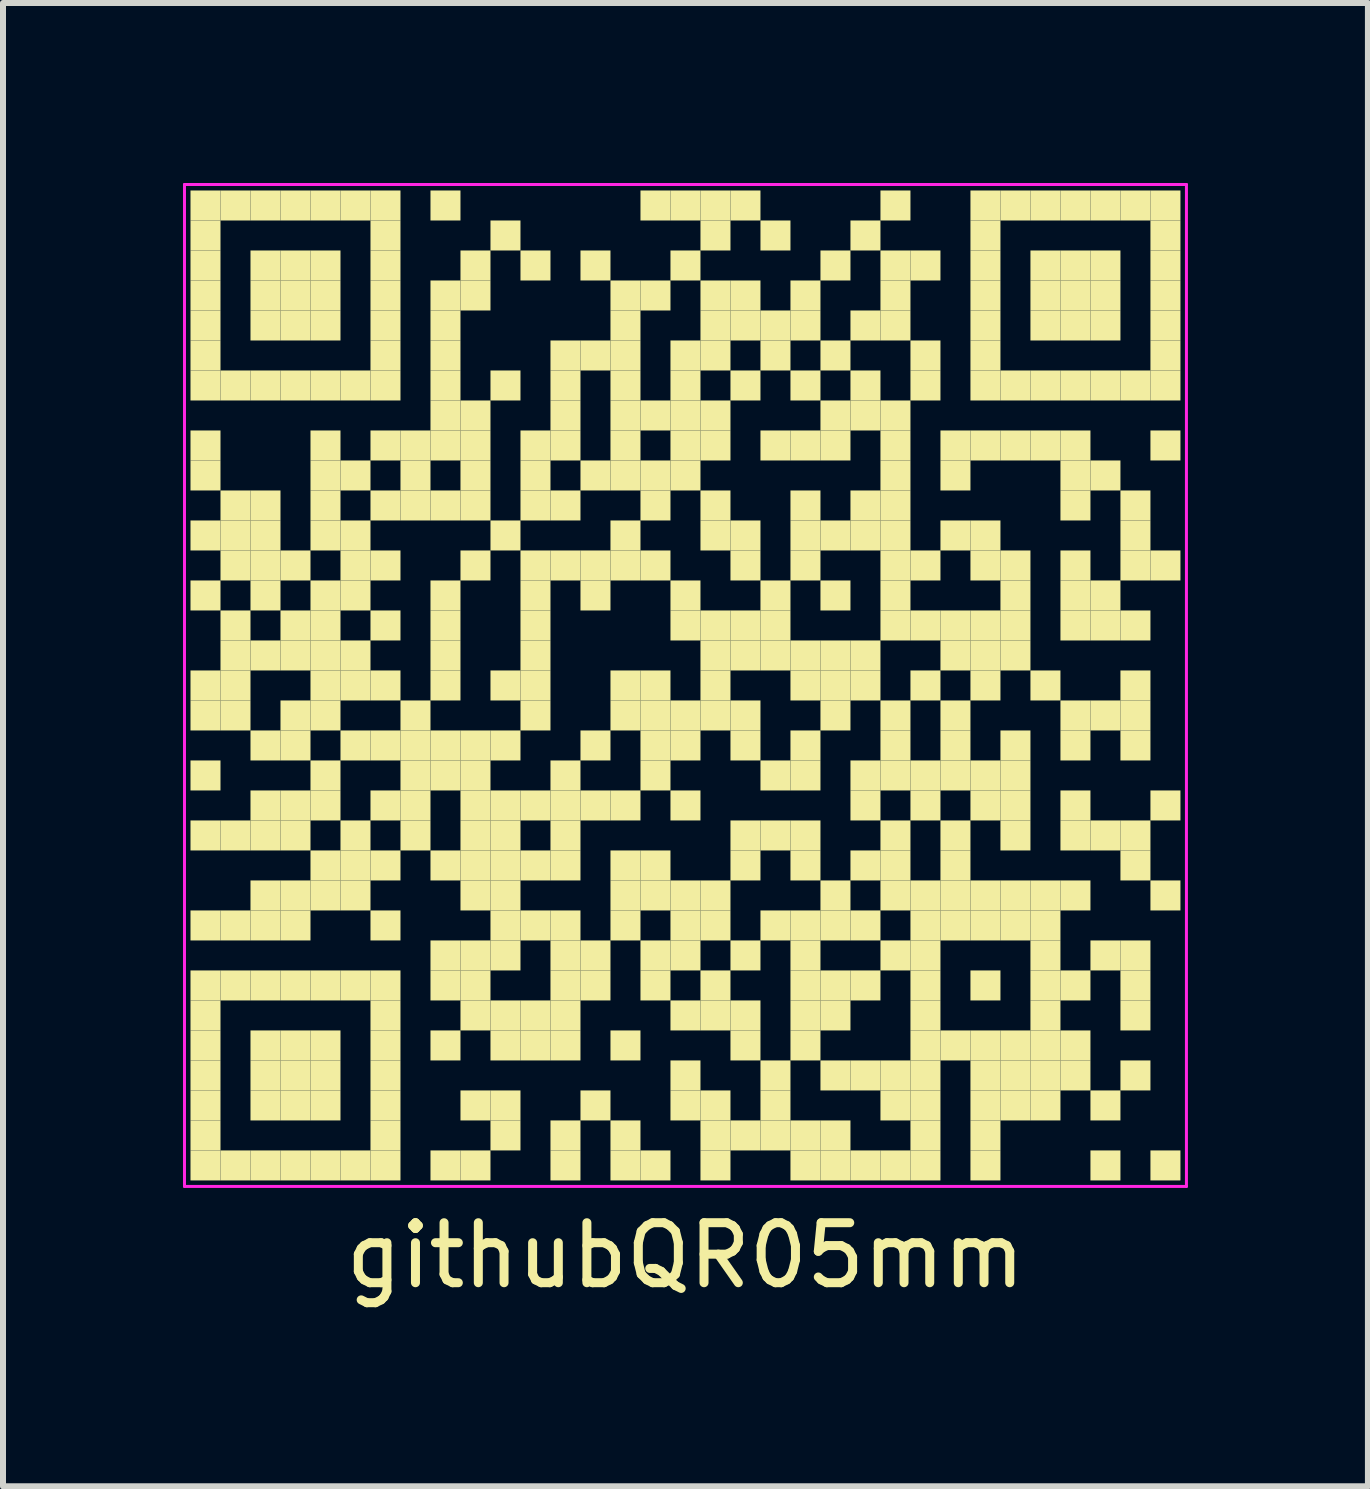
<source format=kicad_pcb>
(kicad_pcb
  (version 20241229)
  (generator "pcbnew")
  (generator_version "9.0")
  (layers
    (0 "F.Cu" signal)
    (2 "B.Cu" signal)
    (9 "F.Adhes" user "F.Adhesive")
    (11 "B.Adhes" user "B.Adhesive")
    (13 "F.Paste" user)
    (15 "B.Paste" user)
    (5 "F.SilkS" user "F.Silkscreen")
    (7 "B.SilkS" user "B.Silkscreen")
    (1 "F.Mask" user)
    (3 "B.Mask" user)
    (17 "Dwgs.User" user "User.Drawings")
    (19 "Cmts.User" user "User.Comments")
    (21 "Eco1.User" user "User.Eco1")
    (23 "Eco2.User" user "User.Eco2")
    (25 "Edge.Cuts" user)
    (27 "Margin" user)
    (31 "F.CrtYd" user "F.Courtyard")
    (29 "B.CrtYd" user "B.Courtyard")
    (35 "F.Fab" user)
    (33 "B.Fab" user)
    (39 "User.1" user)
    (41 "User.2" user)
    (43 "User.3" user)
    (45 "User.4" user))
  (footprint "githubQR05mm"
    (layer "F.Cu")
    (at 8.375 8.375)
    (property "Reference" "githubQR05mm" (at 0 9.5 0) (layer "F.SilkS") (effects (font (size 1 1) (thickness 0.15))))
    (attr through_hole)
    (fp_poly (pts (xy -7.75 -7.75) (xy -7.75 -8.25) (xy -8.25 -8.25) (xy -8.25 -7.75)) (stroke (width 0) (type solid)) (fill yes) (layer "F.SilkS"))
    (fp_poly (pts (xy -7.75 -7.25) (xy -7.75 -7.75) (xy -8.25 -7.75) (xy -8.25 -7.25)) (stroke (width 0) (type solid)) (fill yes) (layer "F.SilkS"))
    (fp_poly (pts (xy -7.75 -6.75) (xy -7.75 -7.25) (xy -8.25 -7.25) (xy -8.25 -6.75)) (stroke (width 0) (type solid)) (fill yes) (layer "F.SilkS"))
    (fp_poly (pts (xy -7.75 -6.25) (xy -7.75 -6.75) (xy -8.25 -6.75) (xy -8.25 -6.25)) (stroke (width 0) (type solid)) (fill yes) (layer "F.SilkS"))
    (fp_poly (pts (xy -7.75 -5.75) (xy -7.75 -6.25) (xy -8.25 -6.25) (xy -8.25 -5.75)) (stroke (width 0) (type solid)) (fill yes) (layer "F.SilkS"))
    (fp_poly (pts (xy -7.75 -5.25) (xy -7.75 -5.75) (xy -8.25 -5.75) (xy -8.25 -5.25)) (stroke (width 0) (type solid)) (fill yes) (layer "F.SilkS"))
    (fp_poly (pts (xy -7.75 -4.75) (xy -7.75 -5.25) (xy -8.25 -5.25) (xy -8.25 -4.75)) (stroke (width 0) (type solid)) (fill yes) (layer "F.SilkS"))
    (fp_poly (pts (xy -7.75 -3.75) (xy -7.75 -4.25) (xy -8.25 -4.25) (xy -8.25 -3.75)) (stroke (width 0) (type solid)) (fill yes) (layer "F.SilkS"))
    (fp_poly (pts (xy -7.75 -3.25) (xy -7.75 -3.75) (xy -8.25 -3.75) (xy -8.25 -3.25)) (stroke (width 0) (type solid)) (fill yes) (layer "F.SilkS"))
    (fp_poly (pts (xy -7.75 -2.25) (xy -7.75 -2.75) (xy -8.25 -2.75) (xy -8.25 -2.25)) (stroke (width 0) (type solid)) (fill yes) (layer "F.SilkS"))
    (fp_poly (pts (xy -7.75 -1.25) (xy -7.75 -1.75) (xy -8.25 -1.75) (xy -8.25 -1.25)) (stroke (width 0) (type solid)) (fill yes) (layer "F.SilkS"))
    (fp_poly (pts (xy -7.75 0.25) (xy -7.75 -0.25) (xy -8.25 -0.25) (xy -8.25 0.25)) (stroke (width 0) (type solid)) (fill yes) (layer "F.SilkS"))
    (fp_poly (pts (xy -7.75 0.75) (xy -7.75 0.25) (xy -8.25 0.25) (xy -8.25 0.75)) (stroke (width 0) (type solid)) (fill yes) (layer "F.SilkS"))
    (fp_poly (pts (xy -7.75 1.75) (xy -7.75 1.25) (xy -8.25 1.25) (xy -8.25 1.75)) (stroke (width 0) (type solid)) (fill yes) (layer "F.SilkS"))
    (fp_poly (pts (xy -7.75 2.75) (xy -7.75 2.25) (xy -8.25 2.25) (xy -8.25 2.75)) (stroke (width 0) (type solid)) (fill yes) (layer "F.SilkS"))
    (fp_poly (pts (xy -7.75 4.25) (xy -7.75 3.75) (xy -8.25 3.75) (xy -8.25 4.25)) (stroke (width 0) (type solid)) (fill yes) (layer "F.SilkS"))
    (fp_poly (pts (xy -7.75 5.25) (xy -7.75 4.75) (xy -8.25 4.75) (xy -8.25 5.25)) (stroke (width 0) (type solid)) (fill yes) (layer "F.SilkS"))
    (fp_poly (pts (xy -7.75 5.75) (xy -7.75 5.25) (xy -8.25 5.25) (xy -8.25 5.75)) (stroke (width 0) (type solid)) (fill yes) (layer "F.SilkS"))
    (fp_poly (pts (xy -7.75 6.25) (xy -7.75 5.75) (xy -8.25 5.75) (xy -8.25 6.25)) (stroke (width 0) (type solid)) (fill yes) (layer "F.SilkS"))
    (fp_poly (pts (xy -7.75 6.75) (xy -7.75 6.25) (xy -8.25 6.25) (xy -8.25 6.75)) (stroke (width 0) (type solid)) (fill yes) (layer "F.SilkS"))
    (fp_poly (pts (xy -7.75 7.25) (xy -7.75 6.75) (xy -8.25 6.75) (xy -8.25 7.25)) (stroke (width 0) (type solid)) (fill yes) (layer "F.SilkS"))
    (fp_poly (pts (xy -7.75 7.75) (xy -7.75 7.25) (xy -8.25 7.25) (xy -8.25 7.75)) (stroke (width 0) (type solid)) (fill yes) (layer "F.SilkS"))
    (fp_poly (pts (xy -7.75 8.25) (xy -7.75 7.75) (xy -8.25 7.75) (xy -8.25 8.25)) (stroke (width 0) (type solid)) (fill yes) (layer "F.SilkS"))
    (fp_poly (pts (xy -7.25 -7.75) (xy -7.25 -8.25) (xy -7.75 -8.25) (xy -7.75 -7.75)) (stroke (width 0) (type solid)) (fill yes) (layer "F.SilkS"))
    (fp_poly (pts (xy -7.25 -4.75) (xy -7.25 -5.25) (xy -7.75 -5.25) (xy -7.75 -4.75)) (stroke (width 0) (type solid)) (fill yes) (layer "F.SilkS"))
    (fp_poly (pts (xy -7.25 -2.75) (xy -7.25 -3.25) (xy -7.75 -3.25) (xy -7.75 -2.75)) (stroke (width 0) (type solid)) (fill yes) (layer "F.SilkS"))
    (fp_poly (pts (xy -7.25 -2.25) (xy -7.25 -2.75) (xy -7.75 -2.75) (xy -7.75 -2.25)) (stroke (width 0) (type solid)) (fill yes) (layer "F.SilkS"))
    (fp_poly (pts (xy -7.25 -1.75) (xy -7.25 -2.25) (xy -7.75 -2.25) (xy -7.75 -1.75)) (stroke (width 0) (type solid)) (fill yes) (layer "F.SilkS"))
    (fp_poly (pts (xy -7.25 -0.75) (xy -7.25 -1.25) (xy -7.75 -1.25) (xy -7.75 -0.75)) (stroke (width 0) (type solid)) (fill yes) (layer "F.SilkS"))
    (fp_poly (pts (xy -7.25 -0.25) (xy -7.25 -0.75) (xy -7.75 -0.75) (xy -7.75 -0.25)) (stroke (width 0) (type solid)) (fill yes) (layer "F.SilkS"))
    (fp_poly (pts (xy -7.25 0.25) (xy -7.25 -0.25) (xy -7.75 -0.25) (xy -7.75 0.25)) (stroke (width 0) (type solid)) (fill yes) (layer "F.SilkS"))
    (fp_poly (pts (xy -7.25 0.75) (xy -7.25 0.25) (xy -7.75 0.25) (xy -7.75 0.75)) (stroke (width 0) (type solid)) (fill yes) (layer "F.SilkS"))
    (fp_poly (pts (xy -7.25 2.75) (xy -7.25 2.25) (xy -7.75 2.25) (xy -7.75 2.75)) (stroke (width 0) (type solid)) (fill yes) (layer "F.SilkS"))
    (fp_poly (pts (xy -7.25 4.25) (xy -7.25 3.75) (xy -7.75 3.75) (xy -7.75 4.25)) (stroke (width 0) (type solid)) (fill yes) (layer "F.SilkS"))
    (fp_poly (pts (xy -7.25 5.25) (xy -7.25 4.75) (xy -7.75 4.75) (xy -7.75 5.25)) (stroke (width 0) (type solid)) (fill yes) (layer "F.SilkS"))
    (fp_poly (pts (xy -7.25 8.25) (xy -7.25 7.75) (xy -7.75 7.75) (xy -7.75 8.25)) (stroke (width 0) (type solid)) (fill yes) (layer "F.SilkS"))
    (fp_poly (pts (xy -6.75 -7.75) (xy -6.75 -8.25) (xy -7.25 -8.25) (xy -7.25 -7.75)) (stroke (width 0) (type solid)) (fill yes) (layer "F.SilkS"))
    (fp_poly (pts (xy -6.75 -6.75) (xy -6.75 -7.25) (xy -7.25 -7.25) (xy -7.25 -6.75)) (stroke (width 0) (type solid)) (fill yes) (layer "F.SilkS"))
    (fp_poly (pts (xy -6.75 -6.25) (xy -6.75 -6.75) (xy -7.25 -6.75) (xy -7.25 -6.25)) (stroke (width 0) (type solid)) (fill yes) (layer "F.SilkS"))
    (fp_poly (pts (xy -6.75 -5.75) (xy -6.75 -6.25) (xy -7.25 -6.25) (xy -7.25 -5.75)) (stroke (width 0) (type solid)) (fill yes) (layer "F.SilkS"))
    (fp_poly (pts (xy -6.75 -4.75) (xy -6.75 -5.25) (xy -7.25 -5.25) (xy -7.25 -4.75)) (stroke (width 0) (type solid)) (fill yes) (layer "F.SilkS"))
    (fp_poly (pts (xy -6.75 -2.75) (xy -6.75 -3.25) (xy -7.25 -3.25) (xy -7.25 -2.75)) (stroke (width 0) (type solid)) (fill yes) (layer "F.SilkS"))
    (fp_poly (pts (xy -6.75 -2.25) (xy -6.75 -2.75) (xy -7.25 -2.75) (xy -7.25 -2.25)) (stroke (width 0) (type solid)) (fill yes) (layer "F.SilkS"))
    (fp_poly (pts (xy -6.75 -1.75) (xy -6.75 -2.25) (xy -7.25 -2.25) (xy -7.25 -1.75)) (stroke (width 0) (type solid)) (fill yes) (layer "F.SilkS"))
    (fp_poly (pts (xy -6.75 -1.25) (xy -6.75 -1.75) (xy -7.25 -1.75) (xy -7.25 -1.25)) (stroke (width 0) (type solid)) (fill yes) (layer "F.SilkS"))
    (fp_poly (pts (xy -6.75 -0.25) (xy -6.75 -0.75) (xy -7.25 -0.75) (xy -7.25 -0.25)) (stroke (width 0) (type solid)) (fill yes) (layer "F.SilkS"))
    (fp_poly (pts (xy -6.75 1.25) (xy -6.75 0.75) (xy -7.25 0.75) (xy -7.25 1.25)) (stroke (width 0) (type solid)) (fill yes) (layer "F.SilkS"))
    (fp_poly (pts (xy -6.75 2.25) (xy -6.75 1.75) (xy -7.25 1.75) (xy -7.25 2.25)) (stroke (width 0) (type solid)) (fill yes) (layer "F.SilkS"))
    (fp_poly (pts (xy -6.75 2.75) (xy -6.75 2.25) (xy -7.25 2.25) (xy -7.25 2.75)) (stroke (width 0) (type solid)) (fill yes) (layer "F.SilkS"))
    (fp_poly (pts (xy -6.75 3.75) (xy -6.75 3.25) (xy -7.25 3.25) (xy -7.25 3.75)) (stroke (width 0) (type solid)) (fill yes) (layer "F.SilkS"))
    (fp_poly (pts (xy -6.75 4.25) (xy -6.75 3.75) (xy -7.25 3.75) (xy -7.25 4.25)) (stroke (width 0) (type solid)) (fill yes) (layer "F.SilkS"))
    (fp_poly (pts (xy -6.75 5.25) (xy -6.75 4.75) (xy -7.25 4.75) (xy -7.25 5.25)) (stroke (width 0) (type solid)) (fill yes) (layer "F.SilkS"))
    (fp_poly (pts (xy -6.75 6.25) (xy -6.75 5.75) (xy -7.25 5.75) (xy -7.25 6.25)) (stroke (width 0) (type solid)) (fill yes) (layer "F.SilkS"))
    (fp_poly (pts (xy -6.75 6.75) (xy -6.75 6.25) (xy -7.25 6.25) (xy -7.25 6.75)) (stroke (width 0) (type solid)) (fill yes) (layer "F.SilkS"))
    (fp_poly (pts (xy -6.75 7.25) (xy -6.75 6.75) (xy -7.25 6.75) (xy -7.25 7.25)) (stroke (width 0) (type solid)) (fill yes) (layer "F.SilkS"))
    (fp_poly (pts (xy -6.75 8.25) (xy -6.75 7.75) (xy -7.25 7.75) (xy -7.25 8.25)) (stroke (width 0) (type solid)) (fill yes) (layer "F.SilkS"))
    (fp_poly (pts (xy -6.25 -7.75) (xy -6.25 -8.25) (xy -6.75 -8.25) (xy -6.75 -7.75)) (stroke (width 0) (type solid)) (fill yes) (layer "F.SilkS"))
    (fp_poly (pts (xy -6.25 -6.75) (xy -6.25 -7.25) (xy -6.75 -7.25) (xy -6.75 -6.75)) (stroke (width 0) (type solid)) (fill yes) (layer "F.SilkS"))
    (fp_poly (pts (xy -6.25 -6.25) (xy -6.25 -6.75) (xy -6.75 -6.75) (xy -6.75 -6.25)) (stroke (width 0) (type solid)) (fill yes) (layer "F.SilkS"))
    (fp_poly (pts (xy -6.25 -5.75) (xy -6.25 -6.25) (xy -6.75 -6.25) (xy -6.75 -5.75)) (stroke (width 0) (type solid)) (fill yes) (layer "F.SilkS"))
    (fp_poly (pts (xy -6.25 -4.75) (xy -6.25 -5.25) (xy -6.75 -5.25) (xy -6.75 -4.75)) (stroke (width 0) (type solid)) (fill yes) (layer "F.SilkS"))
    (fp_poly (pts (xy -6.25 -1.75) (xy -6.25 -2.25) (xy -6.75 -2.25) (xy -6.75 -1.75)) (stroke (width 0) (type solid)) (fill yes) (layer "F.SilkS"))
    (fp_poly (pts (xy -6.25 -0.75) (xy -6.25 -1.25) (xy -6.75 -1.25) (xy -6.75 -0.75)) (stroke (width 0) (type solid)) (fill yes) (layer "F.SilkS"))
    (fp_poly (pts (xy -6.25 -0.25) (xy -6.25 -0.75) (xy -6.75 -0.75) (xy -6.75 -0.25)) (stroke (width 0) (type solid)) (fill yes) (layer "F.SilkS"))
    (fp_poly (pts (xy -6.25 0.75) (xy -6.25 0.25) (xy -6.75 0.25) (xy -6.75 0.75)) (stroke (width 0) (type solid)) (fill yes) (layer "F.SilkS"))
    (fp_poly (pts (xy -6.25 1.25) (xy -6.25 0.75) (xy -6.75 0.75) (xy -6.75 1.25)) (stroke (width 0) (type solid)) (fill yes) (layer "F.SilkS"))
    (fp_poly (pts (xy -6.25 2.25) (xy -6.25 1.75) (xy -6.75 1.75) (xy -6.75 2.25)) (stroke (width 0) (type solid)) (fill yes) (layer "F.SilkS"))
    (fp_poly (pts (xy -6.25 2.75) (xy -6.25 2.25) (xy -6.75 2.25) (xy -6.75 2.75)) (stroke (width 0) (type solid)) (fill yes) (layer "F.SilkS"))
    (fp_poly (pts (xy -6.25 3.75) (xy -6.25 3.25) (xy -6.75 3.25) (xy -6.75 3.75)) (stroke (width 0) (type solid)) (fill yes) (layer "F.SilkS"))
    (fp_poly (pts (xy -6.25 4.25) (xy -6.25 3.75) (xy -6.75 3.75) (xy -6.75 4.25)) (stroke (width 0) (type solid)) (fill yes) (layer "F.SilkS"))
    (fp_poly (pts (xy -6.25 5.25) (xy -6.25 4.75) (xy -6.75 4.75) (xy -6.75 5.25)) (stroke (width 0) (type solid)) (fill yes) (layer "F.SilkS"))
    (fp_poly (pts (xy -6.25 6.25) (xy -6.25 5.75) (xy -6.75 5.75) (xy -6.75 6.25)) (stroke (width 0) (type solid)) (fill yes) (layer "F.SilkS"))
    (fp_poly (pts (xy -6.25 6.75) (xy -6.25 6.25) (xy -6.75 6.25) (xy -6.75 6.75)) (stroke (width 0) (type solid)) (fill yes) (layer "F.SilkS"))
    (fp_poly (pts (xy -6.25 7.25) (xy -6.25 6.75) (xy -6.75 6.75) (xy -6.75 7.25)) (stroke (width 0) (type solid)) (fill yes) (layer "F.SilkS"))
    (fp_poly (pts (xy -6.25 8.25) (xy -6.25 7.75) (xy -6.75 7.75) (xy -6.75 8.25)) (stroke (width 0) (type solid)) (fill yes) (layer "F.SilkS"))
    (fp_poly (pts (xy -5.75 -7.75) (xy -5.75 -8.25) (xy -6.25 -8.25) (xy -6.25 -7.75)) (stroke (width 0) (type solid)) (fill yes) (layer "F.SilkS"))
    (fp_poly (pts (xy -5.75 -6.75) (xy -5.75 -7.25) (xy -6.25 -7.25) (xy -6.25 -6.75)) (stroke (width 0) (type solid)) (fill yes) (layer "F.SilkS"))
    (fp_poly (pts (xy -5.75 -6.25) (xy -5.75 -6.75) (xy -6.25 -6.75) (xy -6.25 -6.25)) (stroke (width 0) (type solid)) (fill yes) (layer "F.SilkS"))
    (fp_poly (pts (xy -5.75 -5.75) (xy -5.75 -6.25) (xy -6.25 -6.25) (xy -6.25 -5.75)) (stroke (width 0) (type solid)) (fill yes) (layer "F.SilkS"))
    (fp_poly (pts (xy -5.75 -4.75) (xy -5.75 -5.25) (xy -6.25 -5.25) (xy -6.25 -4.75)) (stroke (width 0) (type solid)) (fill yes) (layer "F.SilkS"))
    (fp_poly (pts (xy -5.75 -3.75) (xy -5.75 -4.25) (xy -6.25 -4.25) (xy -6.25 -3.75)) (stroke (width 0) (type solid)) (fill yes) (layer "F.SilkS"))
    (fp_poly (pts (xy -5.75 -3.25) (xy -5.75 -3.75) (xy -6.25 -3.75) (xy -6.25 -3.25)) (stroke (width 0) (type solid)) (fill yes) (layer "F.SilkS"))
    (fp_poly (pts (xy -5.75 -2.75) (xy -5.75 -3.25) (xy -6.25 -3.25) (xy -6.25 -2.75)) (stroke (width 0) (type solid)) (fill yes) (layer "F.SilkS"))
    (fp_poly (pts (xy -5.75 -2.25) (xy -5.75 -2.75) (xy -6.25 -2.75) (xy -6.25 -2.25)) (stroke (width 0) (type solid)) (fill yes) (layer "F.SilkS"))
    (fp_poly (pts (xy -5.75 -1.25) (xy -5.75 -1.75) (xy -6.25 -1.75) (xy -6.25 -1.25)) (stroke (width 0) (type solid)) (fill yes) (layer "F.SilkS"))
    (fp_poly (pts (xy -5.75 -0.75) (xy -5.75 -1.25) (xy -6.25 -1.25) (xy -6.25 -0.75)) (stroke (width 0) (type solid)) (fill yes) (layer "F.SilkS"))
    (fp_poly (pts (xy -5.75 -0.25) (xy -5.75 -0.75) (xy -6.25 -0.75) (xy -6.25 -0.25)) (stroke (width 0) (type solid)) (fill yes) (layer "F.SilkS"))
    (fp_poly (pts (xy -5.75 0.25) (xy -5.75 -0.25) (xy -6.25 -0.25) (xy -6.25 0.25)) (stroke (width 0) (type solid)) (fill yes) (layer "F.SilkS"))
    (fp_poly (pts (xy -5.75 0.75) (xy -5.75 0.25) (xy -6.25 0.25) (xy -6.25 0.75)) (stroke (width 0) (type solid)) (fill yes) (layer "F.SilkS"))
    (fp_poly (pts (xy -5.75 1.75) (xy -5.75 1.25) (xy -6.25 1.25) (xy -6.25 1.75)) (stroke (width 0) (type solid)) (fill yes) (layer "F.SilkS"))
    (fp_poly (pts (xy -5.75 2.25) (xy -5.75 1.75) (xy -6.25 1.75) (xy -6.25 2.25)) (stroke (width 0) (type solid)) (fill yes) (layer "F.SilkS"))
    (fp_poly (pts (xy -5.75 3.25) (xy -5.75 2.75) (xy -6.25 2.75) (xy -6.25 3.25)) (stroke (width 0) (type solid)) (fill yes) (layer "F.SilkS"))
    (fp_poly (pts (xy -5.75 3.75) (xy -5.75 3.25) (xy -6.25 3.25) (xy -6.25 3.75)) (stroke (width 0) (type solid)) (fill yes) (layer "F.SilkS"))
    (fp_poly (pts (xy -5.75 5.25) (xy -5.75 4.75) (xy -6.25 4.75) (xy -6.25 5.25)) (stroke (width 0) (type solid)) (fill yes) (layer "F.SilkS"))
    (fp_poly (pts (xy -5.75 6.25) (xy -5.75 5.75) (xy -6.25 5.75) (xy -6.25 6.25)) (stroke (width 0) (type solid)) (fill yes) (layer "F.SilkS"))
    (fp_poly (pts (xy -5.75 6.75) (xy -5.75 6.25) (xy -6.25 6.25) (xy -6.25 6.75)) (stroke (width 0) (type solid)) (fill yes) (layer "F.SilkS"))
    (fp_poly (pts (xy -5.75 7.25) (xy -5.75 6.75) (xy -6.25 6.75) (xy -6.25 7.25)) (stroke (width 0) (type solid)) (fill yes) (layer "F.SilkS"))
    (fp_poly (pts (xy -5.75 8.25) (xy -5.75 7.75) (xy -6.25 7.75) (xy -6.25 8.25)) (stroke (width 0) (type solid)) (fill yes) (layer "F.SilkS"))
    (fp_poly (pts (xy -5.25 -7.75) (xy -5.25 -8.25) (xy -5.75 -8.25) (xy -5.75 -7.75)) (stroke (width 0) (type solid)) (fill yes) (layer "F.SilkS"))
    (fp_poly (pts (xy -5.25 -4.75) (xy -5.25 -5.25) (xy -5.75 -5.25) (xy -5.75 -4.75)) (stroke (width 0) (type solid)) (fill yes) (layer "F.SilkS"))
    (fp_poly (pts (xy -5.25 -3.25) (xy -5.25 -3.75) (xy -5.75 -3.75) (xy -5.75 -3.25)) (stroke (width 0) (type solid)) (fill yes) (layer "F.SilkS"))
    (fp_poly (pts (xy -5.25 -2.25) (xy -5.25 -2.75) (xy -5.75 -2.75) (xy -5.75 -2.25)) (stroke (width 0) (type solid)) (fill yes) (layer "F.SilkS"))
    (fp_poly (pts (xy -5.25 -1.75) (xy -5.25 -2.25) (xy -5.75 -2.25) (xy -5.75 -1.75)) (stroke (width 0) (type solid)) (fill yes) (layer "F.SilkS"))
    (fp_poly (pts (xy -5.25 -1.25) (xy -5.25 -1.75) (xy -5.75 -1.75) (xy -5.75 -1.25)) (stroke (width 0) (type solid)) (fill yes) (layer "F.SilkS"))
    (fp_poly (pts (xy -5.25 -0.25) (xy -5.25 -0.75) (xy -5.75 -0.75) (xy -5.75 -0.25)) (stroke (width 0) (type solid)) (fill yes) (layer "F.SilkS"))
    (fp_poly (pts (xy -5.25 0.25) (xy -5.25 -0.25) (xy -5.75 -0.25) (xy -5.75 0.25)) (stroke (width 0) (type solid)) (fill yes) (layer "F.SilkS"))
    (fp_poly (pts (xy -5.25 1.25) (xy -5.25 0.75) (xy -5.75 0.75) (xy -5.75 1.25)) (stroke (width 0) (type solid)) (fill yes) (layer "F.SilkS"))
    (fp_poly (pts (xy -5.25 2.75) (xy -5.25 2.25) (xy -5.75 2.25) (xy -5.75 2.75)) (stroke (width 0) (type solid)) (fill yes) (layer "F.SilkS"))
    (fp_poly (pts (xy -5.25 3.25) (xy -5.25 2.75) (xy -5.75 2.75) (xy -5.75 3.25)) (stroke (width 0) (type solid)) (fill yes) (layer "F.SilkS"))
    (fp_poly (pts (xy -5.25 3.75) (xy -5.25 3.25) (xy -5.75 3.25) (xy -5.75 3.75)) (stroke (width 0) (type solid)) (fill yes) (layer "F.SilkS"))
    (fp_poly (pts (xy -5.25 5.25) (xy -5.25 4.75) (xy -5.75 4.75) (xy -5.75 5.25)) (stroke (width 0) (type solid)) (fill yes) (layer "F.SilkS"))
    (fp_poly (pts (xy -5.25 8.25) (xy -5.25 7.75) (xy -5.75 7.75) (xy -5.75 8.25)) (stroke (width 0) (type solid)) (fill yes) (layer "F.SilkS"))
    (fp_poly (pts (xy -4.75 -7.75) (xy -4.75 -8.25) (xy -5.25 -8.25) (xy -5.25 -7.75)) (stroke (width 0) (type solid)) (fill yes) (layer "F.SilkS"))
    (fp_poly (pts (xy -4.75 -7.25) (xy -4.75 -7.75) (xy -5.25 -7.75) (xy -5.25 -7.25)) (stroke (width 0) (type solid)) (fill yes) (layer "F.SilkS"))
    (fp_poly (pts (xy -4.75 -6.75) (xy -4.75 -7.25) (xy -5.25 -7.25) (xy -5.25 -6.75)) (stroke (width 0) (type solid)) (fill yes) (layer "F.SilkS"))
    (fp_poly (pts (xy -4.75 -6.25) (xy -4.75 -6.75) (xy -5.25 -6.75) (xy -5.25 -6.25)) (stroke (width 0) (type solid)) (fill yes) (layer "F.SilkS"))
    (fp_poly (pts (xy -4.75 -5.75) (xy -4.75 -6.25) (xy -5.25 -6.25) (xy -5.25 -5.75)) (stroke (width 0) (type solid)) (fill yes) (layer "F.SilkS"))
    (fp_poly (pts (xy -4.75 -5.25) (xy -4.75 -5.75) (xy -5.25 -5.75) (xy -5.25 -5.25)) (stroke (width 0) (type solid)) (fill yes) (layer "F.SilkS"))
    (fp_poly (pts (xy -4.75 -4.75) (xy -4.75 -5.25) (xy -5.25 -5.25) (xy -5.25 -4.75)) (stroke (width 0) (type solid)) (fill yes) (layer "F.SilkS"))
    (fp_poly (pts (xy -4.75 -3.75) (xy -4.75 -4.25) (xy -5.25 -4.25) (xy -5.25 -3.75)) (stroke (width 0) (type solid)) (fill yes) (layer "F.SilkS"))
    (fp_poly (pts (xy -4.75 -2.75) (xy -4.75 -3.25) (xy -5.25 -3.25) (xy -5.25 -2.75)) (stroke (width 0) (type solid)) (fill yes) (layer "F.SilkS"))
    (fp_poly (pts (xy -4.75 -1.75) (xy -4.75 -2.25) (xy -5.25 -2.25) (xy -5.25 -1.75)) (stroke (width 0) (type solid)) (fill yes) (layer "F.SilkS"))
    (fp_poly (pts (xy -4.75 -0.75) (xy -4.75 -1.25) (xy -5.25 -1.25) (xy -5.25 -0.75)) (stroke (width 0) (type solid)) (fill yes) (layer "F.SilkS"))
    (fp_poly (pts (xy -4.75 0.25) (xy -4.75 -0.25) (xy -5.25 -0.25) (xy -5.25 0.25)) (stroke (width 0) (type solid)) (fill yes) (layer "F.SilkS"))
    (fp_poly (pts (xy -4.75 1.25) (xy -4.75 0.75) (xy -5.25 0.75) (xy -5.25 1.25)) (stroke (width 0) (type solid)) (fill yes) (layer "F.SilkS"))
    (fp_poly (pts (xy -4.75 2.25) (xy -4.75 1.75) (xy -5.25 1.75) (xy -5.25 2.25)) (stroke (width 0) (type solid)) (fill yes) (layer "F.SilkS"))
    (fp_poly (pts (xy -4.75 3.25) (xy -4.75 2.75) (xy -5.25 2.75) (xy -5.25 3.25)) (stroke (width 0) (type solid)) (fill yes) (layer "F.SilkS"))
    (fp_poly (pts (xy -4.75 4.25) (xy -4.75 3.75) (xy -5.25 3.75) (xy -5.25 4.25)) (stroke (width 0) (type solid)) (fill yes) (layer "F.SilkS"))
    (fp_poly (pts (xy -4.75 5.25) (xy -4.75 4.75) (xy -5.25 4.75) (xy -5.25 5.25)) (stroke (width 0) (type solid)) (fill yes) (layer "F.SilkS"))
    (fp_poly (pts (xy -4.75 5.75) (xy -4.75 5.25) (xy -5.25 5.25) (xy -5.25 5.75)) (stroke (width 0) (type solid)) (fill yes) (layer "F.SilkS"))
    (fp_poly (pts (xy -4.75 6.25) (xy -4.75 5.75) (xy -5.25 5.75) (xy -5.25 6.25)) (stroke (width 0) (type solid)) (fill yes) (layer "F.SilkS"))
    (fp_poly (pts (xy -4.75 6.75) (xy -4.75 6.25) (xy -5.25 6.25) (xy -5.25 6.75)) (stroke (width 0) (type solid)) (fill yes) (layer "F.SilkS"))
    (fp_poly (pts (xy -4.75 7.25) (xy -4.75 6.75) (xy -5.25 6.75) (xy -5.25 7.25)) (stroke (width 0) (type solid)) (fill yes) (layer "F.SilkS"))
    (fp_poly (pts (xy -4.75 7.75) (xy -4.75 7.25) (xy -5.25 7.25) (xy -5.25 7.75)) (stroke (width 0) (type solid)) (fill yes) (layer "F.SilkS"))
    (fp_poly (pts (xy -4.75 8.25) (xy -4.75 7.75) (xy -5.25 7.75) (xy -5.25 8.25)) (stroke (width 0) (type solid)) (fill yes) (layer "F.SilkS"))
    (fp_poly (pts (xy -4.25 -3.75) (xy -4.25 -4.25) (xy -4.75 -4.25) (xy -4.75 -3.75)) (stroke (width 0) (type solid)) (fill yes) (layer "F.SilkS"))
    (fp_poly (pts (xy -4.25 -3.25) (xy -4.25 -3.75) (xy -4.75 -3.75) (xy -4.75 -3.25)) (stroke (width 0) (type solid)) (fill yes) (layer "F.SilkS"))
    (fp_poly (pts (xy -4.25 -2.75) (xy -4.25 -3.25) (xy -4.75 -3.25) (xy -4.75 -2.75)) (stroke (width 0) (type solid)) (fill yes) (layer "F.SilkS"))
    (fp_poly (pts (xy -4.25 0.75) (xy -4.25 0.25) (xy -4.75 0.25) (xy -4.75 0.75)) (stroke (width 0) (type solid)) (fill yes) (layer "F.SilkS"))
    (fp_poly (pts (xy -4.25 1.25) (xy -4.25 0.75) (xy -4.75 0.75) (xy -4.75 1.25)) (stroke (width 0) (type solid)) (fill yes) (layer "F.SilkS"))
    (fp_poly (pts (xy -4.25 1.75) (xy -4.25 1.25) (xy -4.75 1.25) (xy -4.75 1.75)) (stroke (width 0) (type solid)) (fill yes) (layer "F.SilkS"))
    (fp_poly (pts (xy -4.25 2.25) (xy -4.25 1.75) (xy -4.75 1.75) (xy -4.75 2.25)) (stroke (width 0) (type solid)) (fill yes) (layer "F.SilkS"))
    (fp_poly (pts (xy -4.25 2.75) (xy -4.25 2.25) (xy -4.75 2.25) (xy -4.75 2.75)) (stroke (width 0) (type solid)) (fill yes) (layer "F.SilkS"))
    (fp_poly (pts (xy -3.75 -7.75) (xy -3.75 -8.25) (xy -4.25 -8.25) (xy -4.25 -7.75)) (stroke (width 0) (type solid)) (fill yes) (layer "F.SilkS"))
    (fp_poly (pts (xy -3.75 -6.25) (xy -3.75 -6.75) (xy -4.25 -6.75) (xy -4.25 -6.25)) (stroke (width 0) (type solid)) (fill yes) (layer "F.SilkS"))
    (fp_poly (pts (xy -3.75 -5.75) (xy -3.75 -6.25) (xy -4.25 -6.25) (xy -4.25 -5.75)) (stroke (width 0) (type solid)) (fill yes) (layer "F.SilkS"))
    (fp_poly (pts (xy -3.75 -5.25) (xy -3.75 -5.75) (xy -4.25 -5.75) (xy -4.25 -5.25)) (stroke (width 0) (type solid)) (fill yes) (layer "F.SilkS"))
    (fp_poly (pts (xy -3.75 -4.75) (xy -3.75 -5.25) (xy -4.25 -5.25) (xy -4.25 -4.75)) (stroke (width 0) (type solid)) (fill yes) (layer "F.SilkS"))
    (fp_poly (pts (xy -3.75 -4.25) (xy -3.75 -4.75) (xy -4.25 -4.75) (xy -4.25 -4.25)) (stroke (width 0) (type solid)) (fill yes) (layer "F.SilkS"))
    (fp_poly (pts (xy -3.75 -3.75) (xy -3.75 -4.25) (xy -4.25 -4.25) (xy -4.25 -3.75)) (stroke (width 0) (type solid)) (fill yes) (layer "F.SilkS"))
    (fp_poly (pts (xy -3.75 -2.75) (xy -3.75 -3.25) (xy -4.25 -3.25) (xy -4.25 -2.75)) (stroke (width 0) (type solid)) (fill yes) (layer "F.SilkS"))
    (fp_poly (pts (xy -3.75 -1.25) (xy -3.75 -1.75) (xy -4.25 -1.75) (xy -4.25 -1.25)) (stroke (width 0) (type solid)) (fill yes) (layer "F.SilkS"))
    (fp_poly (pts (xy -3.75 -0.75) (xy -3.75 -1.25) (xy -4.25 -1.25) (xy -4.25 -0.75)) (stroke (width 0) (type solid)) (fill yes) (layer "F.SilkS"))
    (fp_poly (pts (xy -3.75 -0.25) (xy -3.75 -0.75) (xy -4.25 -0.75) (xy -4.25 -0.25)) (stroke (width 0) (type solid)) (fill yes) (layer "F.SilkS"))
    (fp_poly (pts (xy -3.75 0.25) (xy -3.75 -0.25) (xy -4.25 -0.25) (xy -4.25 0.25)) (stroke (width 0) (type solid)) (fill yes) (layer "F.SilkS"))
    (fp_poly (pts (xy -3.75 1.25) (xy -3.75 0.75) (xy -4.25 0.75) (xy -4.25 1.25)) (stroke (width 0) (type solid)) (fill yes) (layer "F.SilkS"))
    (fp_poly (pts (xy -3.75 1.75) (xy -3.75 1.25) (xy -4.25 1.25) (xy -4.25 1.75)) (stroke (width 0) (type solid)) (fill yes) (layer "F.SilkS"))
    (fp_poly (pts (xy -3.75 3.25) (xy -3.75 2.75) (xy -4.25 2.75) (xy -4.25 3.25)) (stroke (width 0) (type solid)) (fill yes) (layer "F.SilkS"))
    (fp_poly (pts (xy -3.75 4.75) (xy -3.75 4.25) (xy -4.25 4.25) (xy -4.25 4.75)) (stroke (width 0) (type solid)) (fill yes) (layer "F.SilkS"))
    (fp_poly (pts (xy -3.75 5.25) (xy -3.75 4.75) (xy -4.25 4.75) (xy -4.25 5.25)) (stroke (width 0) (type solid)) (fill yes) (layer "F.SilkS"))
    (fp_poly (pts (xy -3.75 6.25) (xy -3.75 5.75) (xy -4.25 5.75) (xy -4.25 6.25)) (stroke (width 0) (type solid)) (fill yes) (layer "F.SilkS"))
    (fp_poly (pts (xy -3.75 8.25) (xy -3.75 7.75) (xy -4.25 7.75) (xy -4.25 8.25)) (stroke (width 0) (type solid)) (fill yes) (layer "F.SilkS"))
    (fp_poly (pts (xy -3.25 -6.75) (xy -3.25 -7.25) (xy -3.75 -7.25) (xy -3.75 -6.75)) (stroke (width 0) (type solid)) (fill yes) (layer "F.SilkS"))
    (fp_poly (pts (xy -3.25 -6.25) (xy -3.25 -6.75) (xy -3.75 -6.75) (xy -3.75 -6.25)) (stroke (width 0) (type solid)) (fill yes) (layer "F.SilkS"))
    (fp_poly (pts (xy -3.25 -4.25) (xy -3.25 -4.75) (xy -3.75 -4.75) (xy -3.75 -4.25)) (stroke (width 0) (type solid)) (fill yes) (layer "F.SilkS"))
    (fp_poly (pts (xy -3.25 -3.75) (xy -3.25 -4.25) (xy -3.75 -4.25) (xy -3.75 -3.75)) (stroke (width 0) (type solid)) (fill yes) (layer "F.SilkS"))
    (fp_poly (pts (xy -3.25 -3.25) (xy -3.25 -3.75) (xy -3.75 -3.75) (xy -3.75 -3.25)) (stroke (width 0) (type solid)) (fill yes) (layer "F.SilkS"))
    (fp_poly (pts (xy -3.25 -2.75) (xy -3.25 -3.25) (xy -3.75 -3.25) (xy -3.75 -2.75)) (stroke (width 0) (type solid)) (fill yes) (layer "F.SilkS"))
    (fp_poly (pts (xy -3.25 -1.75) (xy -3.25 -2.25) (xy -3.75 -2.25) (xy -3.75 -1.75)) (stroke (width 0) (type solid)) (fill yes) (layer "F.SilkS"))
    (fp_poly (pts (xy -3.25 1.25) (xy -3.25 0.75) (xy -3.75 0.75) (xy -3.75 1.25)) (stroke (width 0) (type solid)) (fill yes) (layer "F.SilkS"))
    (fp_poly (pts (xy -3.25 1.75) (xy -3.25 1.25) (xy -3.75 1.25) (xy -3.75 1.75)) (stroke (width 0) (type solid)) (fill yes) (layer "F.SilkS"))
    (fp_poly (pts (xy -3.25 2.25) (xy -3.25 1.75) (xy -3.75 1.75) (xy -3.75 2.25)) (stroke (width 0) (type solid)) (fill yes) (layer "F.SilkS"))
    (fp_poly (pts (xy -3.25 2.75) (xy -3.25 2.25) (xy -3.75 2.25) (xy -3.75 2.75)) (stroke (width 0) (type solid)) (fill yes) (layer "F.SilkS"))
    (fp_poly (pts (xy -3.25 3.25) (xy -3.25 2.75) (xy -3.75 2.75) (xy -3.75 3.25)) (stroke (width 0) (type solid)) (fill yes) (layer "F.SilkS"))
    (fp_poly (pts (xy -3.25 3.75) (xy -3.25 3.25) (xy -3.75 3.25) (xy -3.75 3.75)) (stroke (width 0) (type solid)) (fill yes) (layer "F.SilkS"))
    (fp_poly (pts (xy -3.25 4.75) (xy -3.25 4.25) (xy -3.75 4.25) (xy -3.75 4.75)) (stroke (width 0) (type solid)) (fill yes) (layer "F.SilkS"))
    (fp_poly (pts (xy -3.25 5.25) (xy -3.25 4.75) (xy -3.75 4.75) (xy -3.75 5.25)) (stroke (width 0) (type solid)) (fill yes) (layer "F.SilkS"))
    (fp_poly (pts (xy -3.25 5.75) (xy -3.25 5.25) (xy -3.75 5.25) (xy -3.75 5.75)) (stroke (width 0) (type solid)) (fill yes) (layer "F.SilkS"))
    (fp_poly (pts (xy -3.25 7.25) (xy -3.25 6.75) (xy -3.75 6.75) (xy -3.75 7.25)) (stroke (width 0) (type solid)) (fill yes) (layer "F.SilkS"))
    (fp_poly (pts (xy -3.25 8.25) (xy -3.25 7.75) (xy -3.75 7.75) (xy -3.75 8.25)) (stroke (width 0) (type solid)) (fill yes) (layer "F.SilkS"))
    (fp_poly (pts (xy -2.75 -7.25) (xy -2.75 -7.75) (xy -3.25 -7.75) (xy -3.25 -7.25)) (stroke (width 0) (type solid)) (fill yes) (layer "F.SilkS"))
    (fp_poly (pts (xy -2.75 -4.75) (xy -2.75 -5.25) (xy -3.25 -5.25) (xy -3.25 -4.75)) (stroke (width 0) (type solid)) (fill yes) (layer "F.SilkS"))
    (fp_poly (pts (xy -2.75 -2.25) (xy -2.75 -2.75) (xy -3.25 -2.75) (xy -3.25 -2.25)) (stroke (width 0) (type solid)) (fill yes) (layer "F.SilkS"))
    (fp_poly (pts (xy -2.75 0.25) (xy -2.75 -0.25) (xy -3.25 -0.25) (xy -3.25 0.25)) (stroke (width 0) (type solid)) (fill yes) (layer "F.SilkS"))
    (fp_poly (pts (xy -2.75 1.25) (xy -2.75 0.75) (xy -3.25 0.75) (xy -3.25 1.25)) (stroke (width 0) (type solid)) (fill yes) (layer "F.SilkS"))
    (fp_poly (pts (xy -2.75 2.25) (xy -2.75 1.75) (xy -3.25 1.75) (xy -3.25 2.25)) (stroke (width 0) (type solid)) (fill yes) (layer "F.SilkS"))
    (fp_poly (pts (xy -2.75 2.75) (xy -2.75 2.25) (xy -3.25 2.25) (xy -3.25 2.75)) (stroke (width 0) (type solid)) (fill yes) (layer "F.SilkS"))
    (fp_poly (pts (xy -2.75 3.25) (xy -2.75 2.75) (xy -3.25 2.75) (xy -3.25 3.25)) (stroke (width 0) (type solid)) (fill yes) (layer "F.SilkS"))
    (fp_poly (pts (xy -2.75 3.75) (xy -2.75 3.25) (xy -3.25 3.25) (xy -3.25 3.75)) (stroke (width 0) (type solid)) (fill yes) (layer "F.SilkS"))
    (fp_poly (pts (xy -2.75 4.25) (xy -2.75 3.75) (xy -3.25 3.75) (xy -3.25 4.25)) (stroke (width 0) (type solid)) (fill yes) (layer "F.SilkS"))
    (fp_poly (pts (xy -2.75 4.75) (xy -2.75 4.25) (xy -3.25 4.25) (xy -3.25 4.75)) (stroke (width 0) (type solid)) (fill yes) (layer "F.SilkS"))
    (fp_poly (pts (xy -2.75 5.75) (xy -2.75 5.25) (xy -3.25 5.25) (xy -3.25 5.75)) (stroke (width 0) (type solid)) (fill yes) (layer "F.SilkS"))
    (fp_poly (pts (xy -2.75 6.25) (xy -2.75 5.75) (xy -3.25 5.75) (xy -3.25 6.25)) (stroke (width 0) (type solid)) (fill yes) (layer "F.SilkS"))
    (fp_poly (pts (xy -2.75 7.25) (xy -2.75 6.75) (xy -3.25 6.75) (xy -3.25 7.25)) (stroke (width 0) (type solid)) (fill yes) (layer "F.SilkS"))
    (fp_poly (pts (xy -2.75 7.75) (xy -2.75 7.25) (xy -3.25 7.25) (xy -3.25 7.75)) (stroke (width 0) (type solid)) (fill yes) (layer "F.SilkS"))
    (fp_poly (pts (xy -2.25 -6.75) (xy -2.25 -7.25) (xy -2.75 -7.25) (xy -2.75 -6.75)) (stroke (width 0) (type solid)) (fill yes) (layer "F.SilkS"))
    (fp_poly (pts (xy -2.25 -3.75) (xy -2.25 -4.25) (xy -2.75 -4.25) (xy -2.75 -3.75)) (stroke (width 0) (type solid)) (fill yes) (layer "F.SilkS"))
    (fp_poly (pts (xy -2.25 -3.25) (xy -2.25 -3.75) (xy -2.75 -3.75) (xy -2.75 -3.25)) (stroke (width 0) (type solid)) (fill yes) (layer "F.SilkS"))
    (fp_poly (pts (xy -2.25 -2.75) (xy -2.25 -3.25) (xy -2.75 -3.25) (xy -2.75 -2.75)) (stroke (width 0) (type solid)) (fill yes) (layer "F.SilkS"))
    (fp_poly (pts (xy -2.25 -1.75) (xy -2.25 -2.25) (xy -2.75 -2.25) (xy -2.75 -1.75)) (stroke (width 0) (type solid)) (fill yes) (layer "F.SilkS"))
    (fp_poly (pts (xy -2.25 -1.25) (xy -2.25 -1.75) (xy -2.75 -1.75) (xy -2.75 -1.25)) (stroke (width 0) (type solid)) (fill yes) (layer "F.SilkS"))
    (fp_poly (pts (xy -2.25 -0.75) (xy -2.25 -1.25) (xy -2.75 -1.25) (xy -2.75 -0.75)) (stroke (width 0) (type solid)) (fill yes) (layer "F.SilkS"))
    (fp_poly (pts (xy -2.25 -0.25) (xy -2.25 -0.75) (xy -2.75 -0.75) (xy -2.75 -0.25)) (stroke (width 0) (type solid)) (fill yes) (layer "F.SilkS"))
    (fp_poly (pts (xy -2.25 0.25) (xy -2.25 -0.25) (xy -2.75 -0.25) (xy -2.75 0.25)) (stroke (width 0) (type solid)) (fill yes) (layer "F.SilkS"))
    (fp_poly (pts (xy -2.25 0.75) (xy -2.25 0.25) (xy -2.75 0.25) (xy -2.75 0.75)) (stroke (width 0) (type solid)) (fill yes) (layer "F.SilkS"))
    (fp_poly (pts (xy -2.25 2.25) (xy -2.25 1.75) (xy -2.75 1.75) (xy -2.75 2.25)) (stroke (width 0) (type solid)) (fill yes) (layer "F.SilkS"))
    (fp_poly (pts (xy -2.25 3.25) (xy -2.25 2.75) (xy -2.75 2.75) (xy -2.75 3.25)) (stroke (width 0) (type solid)) (fill yes) (layer "F.SilkS"))
    (fp_poly (pts (xy -2.25 4.25) (xy -2.25 3.75) (xy -2.75 3.75) (xy -2.75 4.25)) (stroke (width 0) (type solid)) (fill yes) (layer "F.SilkS"))
    (fp_poly (pts (xy -2.25 5.75) (xy -2.25 5.25) (xy -2.75 5.25) (xy -2.75 5.75)) (stroke (width 0) (type solid)) (fill yes) (layer "F.SilkS"))
    (fp_poly (pts (xy -2.25 6.25) (xy -2.25 5.75) (xy -2.75 5.75) (xy -2.75 6.25)) (stroke (width 0) (type solid)) (fill yes) (layer "F.SilkS"))
    (fp_poly (pts (xy -1.75 -5.25) (xy -1.75 -5.75) (xy -2.25 -5.75) (xy -2.25 -5.25)) (stroke (width 0) (type solid)) (fill yes) (layer "F.SilkS"))
    (fp_poly (pts (xy -1.75 -4.75) (xy -1.75 -5.25) (xy -2.25 -5.25) (xy -2.25 -4.75)) (stroke (width 0) (type solid)) (fill yes) (layer "F.SilkS"))
    (fp_poly (pts (xy -1.75 -4.25) (xy -1.75 -4.75) (xy -2.25 -4.75) (xy -2.25 -4.25)) (stroke (width 0) (type solid)) (fill yes) (layer "F.SilkS"))
    (fp_poly (pts (xy -1.75 -3.75) (xy -1.75 -4.25) (xy -2.25 -4.25) (xy -2.25 -3.75)) (stroke (width 0) (type solid)) (fill yes) (layer "F.SilkS"))
    (fp_poly (pts (xy -1.75 -2.75) (xy -1.75 -3.25) (xy -2.25 -3.25) (xy -2.25 -2.75)) (stroke (width 0) (type solid)) (fill yes) (layer "F.SilkS"))
    (fp_poly (pts (xy -1.75 -1.75) (xy -1.75 -2.25) (xy -2.25 -2.25) (xy -2.25 -1.75)) (stroke (width 0) (type solid)) (fill yes) (layer "F.SilkS"))
    (fp_poly (pts (xy -1.75 1.75) (xy -1.75 1.25) (xy -2.25 1.25) (xy -2.25 1.75)) (stroke (width 0) (type solid)) (fill yes) (layer "F.SilkS"))
    (fp_poly (pts (xy -1.75 2.25) (xy -1.75 1.75) (xy -2.25 1.75) (xy -2.25 2.25)) (stroke (width 0) (type solid)) (fill yes) (layer "F.SilkS"))
    (fp_poly (pts (xy -1.75 2.75) (xy -1.75 2.25) (xy -2.25 2.25) (xy -2.25 2.75)) (stroke (width 0) (type solid)) (fill yes) (layer "F.SilkS"))
    (fp_poly (pts (xy -1.75 3.25) (xy -1.75 2.75) (xy -2.25 2.75) (xy -2.25 3.25)) (stroke (width 0) (type solid)) (fill yes) (layer "F.SilkS"))
    (fp_poly (pts (xy -1.75 4.25) (xy -1.75 3.75) (xy -2.25 3.75) (xy -2.25 4.25)) (stroke (width 0) (type solid)) (fill yes) (layer "F.SilkS"))
    (fp_poly (pts (xy -1.75 4.75) (xy -1.75 4.25) (xy -2.25 4.25) (xy -2.25 4.75)) (stroke (width 0) (type solid)) (fill yes) (layer "F.SilkS"))
    (fp_poly (pts (xy -1.75 5.25) (xy -1.75 4.75) (xy -2.25 4.75) (xy -2.25 5.25)) (stroke (width 0) (type solid)) (fill yes) (layer "F.SilkS"))
    (fp_poly (pts (xy -1.75 5.75) (xy -1.75 5.25) (xy -2.25 5.25) (xy -2.25 5.75)) (stroke (width 0) (type solid)) (fill yes) (layer "F.SilkS"))
    (fp_poly (pts (xy -1.75 6.25) (xy -1.75 5.75) (xy -2.25 5.75) (xy -2.25 6.25)) (stroke (width 0) (type solid)) (fill yes) (layer "F.SilkS"))
    (fp_poly (pts (xy -1.75 7.75) (xy -1.75 7.25) (xy -2.25 7.25) (xy -2.25 7.75)) (stroke (width 0) (type solid)) (fill yes) (layer "F.SilkS"))
    (fp_poly (pts (xy -1.75 8.25) (xy -1.75 7.75) (xy -2.25 7.75) (xy -2.25 8.25)) (stroke (width 0) (type solid)) (fill yes) (layer "F.SilkS"))
    (fp_poly (pts (xy -1.25 -6.75) (xy -1.25 -7.25) (xy -1.75 -7.25) (xy -1.75 -6.75)) (stroke (width 0) (type solid)) (fill yes) (layer "F.SilkS"))
    (fp_poly (pts (xy -1.25 -5.25) (xy -1.25 -5.75) (xy -1.75 -5.75) (xy -1.75 -5.25)) (stroke (width 0) (type solid)) (fill yes) (layer "F.SilkS"))
    (fp_poly (pts (xy -1.25 -3.25) (xy -1.25 -3.75) (xy -1.75 -3.75) (xy -1.75 -3.25)) (stroke (width 0) (type solid)) (fill yes) (layer "F.SilkS"))
    (fp_poly (pts (xy -1.25 -1.75) (xy -1.25 -2.25) (xy -1.75 -2.25) (xy -1.75 -1.75)) (stroke (width 0) (type solid)) (fill yes) (layer "F.SilkS"))
    (fp_poly (pts (xy -1.25 -1.25) (xy -1.25 -1.75) (xy -1.75 -1.75) (xy -1.75 -1.25)) (stroke (width 0) (type solid)) (fill yes) (layer "F.SilkS"))
    (fp_poly (pts (xy -1.25 1.25) (xy -1.25 0.75) (xy -1.75 0.75) (xy -1.75 1.25)) (stroke (width 0) (type solid)) (fill yes) (layer "F.SilkS"))
    (fp_poly (pts (xy -1.25 2.25) (xy -1.25 1.75) (xy -1.75 1.75) (xy -1.75 2.25)) (stroke (width 0) (type solid)) (fill yes) (layer "F.SilkS"))
    (fp_poly (pts (xy -1.25 4.75) (xy -1.25 4.25) (xy -1.75 4.25) (xy -1.75 4.75)) (stroke (width 0) (type solid)) (fill yes) (layer "F.SilkS"))
    (fp_poly (pts (xy -1.25 5.25) (xy -1.25 4.75) (xy -1.75 4.75) (xy -1.75 5.25)) (stroke (width 0) (type solid)) (fill yes) (layer "F.SilkS"))
    (fp_poly (pts (xy -1.25 7.25) (xy -1.25 6.75) (xy -1.75 6.75) (xy -1.75 7.25)) (stroke (width 0) (type solid)) (fill yes) (layer "F.SilkS"))
    (fp_poly (pts (xy -0.75 -6.25) (xy -0.75 -6.75) (xy -1.25 -6.75) (xy -1.25 -6.25)) (stroke (width 0) (type solid)) (fill yes) (layer "F.SilkS"))
    (fp_poly (pts (xy -0.75 -5.75) (xy -0.75 -6.25) (xy -1.25 -6.25) (xy -1.25 -5.75)) (stroke (width 0) (type solid)) (fill yes) (layer "F.SilkS"))
    (fp_poly (pts (xy -0.75 -5.25) (xy -0.75 -5.75) (xy -1.25 -5.75) (xy -1.25 -5.25)) (stroke (width 0) (type solid)) (fill yes) (layer "F.SilkS"))
    (fp_poly (pts (xy -0.75 -4.75) (xy -0.75 -5.25) (xy -1.25 -5.25) (xy -1.25 -4.75)) (stroke (width 0) (type solid)) (fill yes) (layer "F.SilkS"))
    (fp_poly (pts (xy -0.75 -4.25) (xy -0.75 -4.75) (xy -1.25 -4.75) (xy -1.25 -4.25)) (stroke (width 0) (type solid)) (fill yes) (layer "F.SilkS"))
    (fp_poly (pts (xy -0.75 -3.75) (xy -0.75 -4.25) (xy -1.25 -4.25) (xy -1.25 -3.75)) (stroke (width 0) (type solid)) (fill yes) (layer "F.SilkS"))
    (fp_poly (pts (xy -0.75 -3.25) (xy -0.75 -3.75) (xy -1.25 -3.75) (xy -1.25 -3.25)) (stroke (width 0) (type solid)) (fill yes) (layer "F.SilkS"))
    (fp_poly (pts (xy -0.75 -2.25) (xy -0.75 -2.75) (xy -1.25 -2.75) (xy -1.25 -2.25)) (stroke (width 0) (type solid)) (fill yes) (layer "F.SilkS"))
    (fp_poly (pts (xy -0.75 -1.75) (xy -0.75 -2.25) (xy -1.25 -2.25) (xy -1.25 -1.75)) (stroke (width 0) (type solid)) (fill yes) (layer "F.SilkS"))
    (fp_poly (pts (xy -0.75 0.25) (xy -0.75 -0.25) (xy -1.25 -0.25) (xy -1.25 0.25)) (stroke (width 0) (type solid)) (fill yes) (layer "F.SilkS"))
    (fp_poly (pts (xy -0.75 0.75) (xy -0.75 0.25) (xy -1.25 0.25) (xy -1.25 0.75)) (stroke (width 0) (type solid)) (fill yes) (layer "F.SilkS"))
    (fp_poly (pts (xy -0.75 2.25) (xy -0.75 1.75) (xy -1.25 1.75) (xy -1.25 2.25)) (stroke (width 0) (type solid)) (fill yes) (layer "F.SilkS"))
    (fp_poly (pts (xy -0.75 3.25) (xy -0.75 2.75) (xy -1.25 2.75) (xy -1.25 3.25)) (stroke (width 0) (type solid)) (fill yes) (layer "F.SilkS"))
    (fp_poly (pts (xy -0.75 3.75) (xy -0.75 3.25) (xy -1.25 3.25) (xy -1.25 3.75)) (stroke (width 0) (type solid)) (fill yes) (layer "F.SilkS"))
    (fp_poly (pts (xy -0.75 4.25) (xy -0.75 3.75) (xy -1.25 3.75) (xy -1.25 4.25)) (stroke (width 0) (type solid)) (fill yes) (layer "F.SilkS"))
    (fp_poly (pts (xy -0.75 6.25) (xy -0.75 5.75) (xy -1.25 5.75) (xy -1.25 6.25)) (stroke (width 0) (type solid)) (fill yes) (layer "F.SilkS"))
    (fp_poly (pts (xy -0.75 7.75) (xy -0.75 7.25) (xy -1.25 7.25) (xy -1.25 7.75)) (stroke (width 0) (type solid)) (fill yes) (layer "F.SilkS"))
    (fp_poly (pts (xy -0.75 8.25) (xy -0.75 7.75) (xy -1.25 7.75) (xy -1.25 8.25)) (stroke (width 0) (type solid)) (fill yes) (layer "F.SilkS"))
    (fp_poly (pts (xy -0.25 -7.75) (xy -0.25 -8.25) (xy -0.75 -8.25) (xy -0.75 -7.75)) (stroke (width 0) (type solid)) (fill yes) (layer "F.SilkS"))
    (fp_poly (pts (xy -0.25 -6.25) (xy -0.25 -6.75) (xy -0.75 -6.75) (xy -0.75 -6.25)) (stroke (width 0) (type solid)) (fill yes) (layer "F.SilkS"))
    (fp_poly (pts (xy -0.25 -4.25) (xy -0.25 -4.75) (xy -0.75 -4.75) (xy -0.75 -4.25)) (stroke (width 0) (type solid)) (fill yes) (layer "F.SilkS"))
    (fp_poly (pts (xy -0.25 -3.25) (xy -0.25 -3.75) (xy -0.75 -3.75) (xy -0.75 -3.25)) (stroke (width 0) (type solid)) (fill yes) (layer "F.SilkS"))
    (fp_poly (pts (xy -0.25 -2.75) (xy -0.25 -3.25) (xy -0.75 -3.25) (xy -0.75 -2.75)) (stroke (width 0) (type solid)) (fill yes) (layer "F.SilkS"))
    (fp_poly (pts (xy -0.25 -1.75) (xy -0.25 -2.25) (xy -0.75 -2.25) (xy -0.75 -1.75)) (stroke (width 0) (type solid)) (fill yes) (layer "F.SilkS"))
    (fp_poly (pts (xy -0.25 0.25) (xy -0.25 -0.25) (xy -0.75 -0.25) (xy -0.75 0.25)) (stroke (width 0) (type solid)) (fill yes) (layer "F.SilkS"))
    (fp_poly (pts (xy -0.25 0.75) (xy -0.25 0.25) (xy -0.75 0.25) (xy -0.75 0.75)) (stroke (width 0) (type solid)) (fill yes) (layer "F.SilkS"))
    (fp_poly (pts (xy -0.25 1.25) (xy -0.25 0.75) (xy -0.75 0.75) (xy -0.75 1.25)) (stroke (width 0) (type solid)) (fill yes) (layer "F.SilkS"))
    (fp_poly (pts (xy -0.25 1.75) (xy -0.25 1.25) (xy -0.75 1.25) (xy -0.75 1.75)) (stroke (width 0) (type solid)) (fill yes) (layer "F.SilkS"))
    (fp_poly (pts (xy -0.25 3.25) (xy -0.25 2.75) (xy -0.75 2.75) (xy -0.75 3.25)) (stroke (width 0) (type solid)) (fill yes) (layer "F.SilkS"))
    (fp_poly (pts (xy -0.25 3.75) (xy -0.25 3.25) (xy -0.75 3.25) (xy -0.75 3.75)) (stroke (width 0) (type solid)) (fill yes) (layer "F.SilkS"))
    (fp_poly (pts (xy -0.25 4.75) (xy -0.25 4.25) (xy -0.75 4.25) (xy -0.75 4.75)) (stroke (width 0) (type solid)) (fill yes) (layer "F.SilkS"))
    (fp_poly (pts (xy -0.25 5.25) (xy -0.25 4.75) (xy -0.75 4.75) (xy -0.75 5.25)) (stroke (width 0) (type solid)) (fill yes) (layer "F.SilkS"))
    (fp_poly (pts (xy -0.25 8.25) (xy -0.25 7.75) (xy -0.75 7.75) (xy -0.75 8.25)) (stroke (width 0) (type solid)) (fill yes) (layer "F.SilkS"))
    (fp_poly (pts (xy 0.25 -7.75) (xy 0.25 -8.25) (xy -0.25 -8.25) (xy -0.25 -7.75)) (stroke (width 0) (type solid)) (fill yes) (layer "F.SilkS"))
    (fp_poly (pts (xy 0.25 -6.75) (xy 0.25 -7.25) (xy -0.25 -7.25) (xy -0.25 -6.75)) (stroke (width 0) (type solid)) (fill yes) (layer "F.SilkS"))
    (fp_poly (pts (xy 0.25 -5.25) (xy 0.25 -5.75) (xy -0.25 -5.75) (xy -0.25 -5.25)) (stroke (width 0) (type solid)) (fill yes) (layer "F.SilkS"))
    (fp_poly (pts (xy 0.25 -4.75) (xy 0.25 -5.25) (xy -0.25 -5.25) (xy -0.25 -4.75)) (stroke (width 0) (type solid)) (fill yes) (layer "F.SilkS"))
    (fp_poly (pts (xy 0.25 -4.25) (xy 0.25 -4.75) (xy -0.25 -4.75) (xy -0.25 -4.25)) (stroke (width 0) (type solid)) (fill yes) (layer "F.SilkS"))
    (fp_poly (pts (xy 0.25 -3.75) (xy 0.25 -4.25) (xy -0.25 -4.25) (xy -0.25 -3.75)) (stroke (width 0) (type solid)) (fill yes) (layer "F.SilkS"))
    (fp_poly (pts (xy 0.25 -3.25) (xy 0.25 -3.75) (xy -0.25 -3.75) (xy -0.25 -3.25)) (stroke (width 0) (type solid)) (fill yes) (layer "F.SilkS"))
    (fp_poly (pts (xy 0.25 -1.25) (xy 0.25 -1.75) (xy -0.25 -1.75) (xy -0.25 -1.25)) (stroke (width 0) (type solid)) (fill yes) (layer "F.SilkS"))
    (fp_poly (pts (xy 0.25 -0.75) (xy 0.25 -1.25) (xy -0.25 -1.25) (xy -0.25 -0.75)) (stroke (width 0) (type solid)) (fill yes) (layer "F.SilkS"))
    (fp_poly (pts (xy 0.25 0.75) (xy 0.25 0.25) (xy -0.25 0.25) (xy -0.25 0.75)) (stroke (width 0) (type solid)) (fill yes) (layer "F.SilkS"))
    (fp_poly (pts (xy 0.25 1.25) (xy 0.25 0.75) (xy -0.25 0.75) (xy -0.25 1.25)) (stroke (width 0) (type solid)) (fill yes) (layer "F.SilkS"))
    (fp_poly (pts (xy 0.25 2.25) (xy 0.25 1.75) (xy -0.25 1.75) (xy -0.25 2.25)) (stroke (width 0) (type solid)) (fill yes) (layer "F.SilkS"))
    (fp_poly (pts (xy 0.25 3.75) (xy 0.25 3.25) (xy -0.25 3.25) (xy -0.25 3.75)) (stroke (width 0) (type solid)) (fill yes) (layer "F.SilkS"))
    (fp_poly (pts (xy 0.25 4.25) (xy 0.25 3.75) (xy -0.25 3.75) (xy -0.25 4.25)) (stroke (width 0) (type solid)) (fill yes) (layer "F.SilkS"))
    (fp_poly (pts (xy 0.25 4.75) (xy 0.25 4.25) (xy -0.25 4.25) (xy -0.25 4.75)) (stroke (width 0) (type solid)) (fill yes) (layer "F.SilkS"))
    (fp_poly (pts (xy 0.25 5.75) (xy 0.25 5.25) (xy -0.25 5.25) (xy -0.25 5.75)) (stroke (width 0) (type solid)) (fill yes) (layer "F.SilkS"))
    (fp_poly (pts (xy 0.25 6.75) (xy 0.25 6.25) (xy -0.25 6.25) (xy -0.25 6.75)) (stroke (width 0) (type solid)) (fill yes) (layer "F.SilkS"))
    (fp_poly (pts (xy 0.25 7.25) (xy 0.25 6.75) (xy -0.25 6.75) (xy -0.25 7.25)) (stroke (width 0) (type solid)) (fill yes) (layer "F.SilkS"))
    (fp_poly (pts (xy 0.75 -7.75) (xy 0.75 -8.25) (xy 0.25 -8.25) (xy 0.25 -7.75)) (stroke (width 0) (type solid)) (fill yes) (layer "F.SilkS"))
    (fp_poly (pts (xy 0.75 -7.25) (xy 0.75 -7.75) (xy 0.25 -7.75) (xy 0.25 -7.25)) (stroke (width 0) (type solid)) (fill yes) (layer "F.SilkS"))
    (fp_poly (pts (xy 0.75 -6.25) (xy 0.75 -6.75) (xy 0.25 -6.75) (xy 0.25 -6.25)) (stroke (width 0) (type solid)) (fill yes) (layer "F.SilkS"))
    (fp_poly (pts (xy 0.75 -5.75) (xy 0.75 -6.25) (xy 0.25 -6.25) (xy 0.25 -5.75)) (stroke (width 0) (type solid)) (fill yes) (layer "F.SilkS"))
    (fp_poly (pts (xy 0.75 -5.25) (xy 0.75 -5.75) (xy 0.25 -5.75) (xy 0.25 -5.25)) (stroke (width 0) (type solid)) (fill yes) (layer "F.SilkS"))
    (fp_poly (pts (xy 0.75 -4.25) (xy 0.75 -4.75) (xy 0.25 -4.75) (xy 0.25 -4.25)) (stroke (width 0) (type solid)) (fill yes) (layer "F.SilkS"))
    (fp_poly (pts (xy 0.75 -3.75) (xy 0.75 -4.25) (xy 0.25 -4.25) (xy 0.25 -3.75)) (stroke (width 0) (type solid)) (fill yes) (layer "F.SilkS"))
    (fp_poly (pts (xy 0.75 -2.75) (xy 0.75 -3.25) (xy 0.25 -3.25) (xy 0.25 -2.75)) (stroke (width 0) (type solid)) (fill yes) (layer "F.SilkS"))
    (fp_poly (pts (xy 0.75 -2.25) (xy 0.75 -2.75) (xy 0.25 -2.75) (xy 0.25 -2.25)) (stroke (width 0) (type solid)) (fill yes) (layer "F.SilkS"))
    (fp_poly (pts (xy 0.75 -0.75) (xy 0.75 -1.25) (xy 0.25 -1.25) (xy 0.25 -0.75)) (stroke (width 0) (type solid)) (fill yes) (layer "F.SilkS"))
    (fp_poly (pts (xy 0.75 -0.25) (xy 0.75 -0.75) (xy 0.25 -0.75) (xy 0.25 -0.25)) (stroke (width 0) (type solid)) (fill yes) (layer "F.SilkS"))
    (fp_poly (pts (xy 0.75 0.25) (xy 0.75 -0.25) (xy 0.25 -0.25) (xy 0.25 0.25)) (stroke (width 0) (type solid)) (fill yes) (layer "F.SilkS"))
    (fp_poly (pts (xy 0.75 0.75) (xy 0.75 0.25) (xy 0.25 0.25) (xy 0.25 0.75)) (stroke (width 0) (type solid)) (fill yes) (layer "F.SilkS"))
    (fp_poly (pts (xy 0.75 3.75) (xy 0.75 3.25) (xy 0.25 3.25) (xy 0.25 3.75)) (stroke (width 0) (type solid)) (fill yes) (layer "F.SilkS"))
    (fp_poly (pts (xy 0.75 4.25) (xy 0.75 3.75) (xy 0.25 3.75) (xy 0.25 4.25)) (stroke (width 0) (type solid)) (fill yes) (layer "F.SilkS"))
    (fp_poly (pts (xy 0.75 5.25) (xy 0.75 4.75) (xy 0.25 4.75) (xy 0.25 5.25)) (stroke (width 0) (type solid)) (fill yes) (layer "F.SilkS"))
    (fp_poly (pts (xy 0.75 5.75) (xy 0.75 5.25) (xy 0.25 5.25) (xy 0.25 5.75)) (stroke (width 0) (type solid)) (fill yes) (layer "F.SilkS"))
    (fp_poly (pts (xy 0.75 7.25) (xy 0.75 6.75) (xy 0.25 6.75) (xy 0.25 7.25)) (stroke (width 0) (type solid)) (fill yes) (layer "F.SilkS"))
    (fp_poly (pts (xy 0.75 7.75) (xy 0.75 7.25) (xy 0.25 7.25) (xy 0.25 7.75)) (stroke (width 0) (type solid)) (fill yes) (layer "F.SilkS"))
    (fp_poly (pts (xy 0.75 8.25) (xy 0.75 7.75) (xy 0.25 7.75) (xy 0.25 8.25)) (stroke (width 0) (type solid)) (fill yes) (layer "F.SilkS"))
    (fp_poly (pts (xy 1.25 -7.75) (xy 1.25 -8.25) (xy 0.75 -8.25) (xy 0.75 -7.75)) (stroke (width 0) (type solid)) (fill yes) (layer "F.SilkS"))
    (fp_poly (pts (xy 1.25 -6.25) (xy 1.25 -6.75) (xy 0.75 -6.75) (xy 0.75 -6.25)) (stroke (width 0) (type solid)) (fill yes) (layer "F.SilkS"))
    (fp_poly (pts (xy 1.25 -5.75) (xy 1.25 -6.25) (xy 0.75 -6.25) (xy 0.75 -5.75)) (stroke (width 0) (type solid)) (fill yes) (layer "F.SilkS"))
    (fp_poly (pts (xy 1.25 -4.75) (xy 1.25 -5.25) (xy 0.75 -5.25) (xy 0.75 -4.75)) (stroke (width 0) (type solid)) (fill yes) (layer "F.SilkS"))
    (fp_poly (pts (xy 1.25 -2.25) (xy 1.25 -2.75) (xy 0.75 -2.75) (xy 0.75 -2.25)) (stroke (width 0) (type solid)) (fill yes) (layer "F.SilkS"))
    (fp_poly (pts (xy 1.25 -1.75) (xy 1.25 -2.25) (xy 0.75 -2.25) (xy 0.75 -1.75)) (stroke (width 0) (type solid)) (fill yes) (layer "F.SilkS"))
    (fp_poly (pts (xy 1.25 -0.75) (xy 1.25 -1.25) (xy 0.75 -1.25) (xy 0.75 -0.75)) (stroke (width 0) (type solid)) (fill yes) (layer "F.SilkS"))
    (fp_poly (pts (xy 1.25 -0.25) (xy 1.25 -0.75) (xy 0.75 -0.75) (xy 0.75 -0.25)) (stroke (width 0) (type solid)) (fill yes) (layer "F.SilkS"))
    (fp_poly (pts (xy 1.25 0.75) (xy 1.25 0.25) (xy 0.75 0.25) (xy 0.75 0.75)) (stroke (width 0) (type solid)) (fill yes) (layer "F.SilkS"))
    (fp_poly (pts (xy 1.25 1.25) (xy 1.25 0.75) (xy 0.75 0.75) (xy 0.75 1.25)) (stroke (width 0) (type solid)) (fill yes) (layer "F.SilkS"))
    (fp_poly (pts (xy 1.25 2.75) (xy 1.25 2.25) (xy 0.75 2.25) (xy 0.75 2.75)) (stroke (width 0) (type solid)) (fill yes) (layer "F.SilkS"))
    (fp_poly (pts (xy 1.25 3.25) (xy 1.25 2.75) (xy 0.75 2.75) (xy 0.75 3.25)) (stroke (width 0) (type solid)) (fill yes) (layer "F.SilkS"))
    (fp_poly (pts (xy 1.25 4.75) (xy 1.25 4.25) (xy 0.75 4.25) (xy 0.75 4.75)) (stroke (width 0) (type solid)) (fill yes) (layer "F.SilkS"))
    (fp_poly (pts (xy 1.25 5.75) (xy 1.25 5.25) (xy 0.75 5.25) (xy 0.75 5.75)) (stroke (width 0) (type solid)) (fill yes) (layer "F.SilkS"))
    (fp_poly (pts (xy 1.25 6.25) (xy 1.25 5.75) (xy 0.75 5.75) (xy 0.75 6.25)) (stroke (width 0) (type solid)) (fill yes) (layer "F.SilkS"))
    (fp_poly (pts (xy 1.25 7.75) (xy 1.25 7.25) (xy 0.75 7.25) (xy 0.75 7.75)) (stroke (width 0) (type solid)) (fill yes) (layer "F.SilkS"))
    (fp_poly (pts (xy 1.75 -7.25) (xy 1.75 -7.75) (xy 1.25 -7.75) (xy 1.25 -7.25)) (stroke (width 0) (type solid)) (fill yes) (layer "F.SilkS"))
    (fp_poly (pts (xy 1.75 -5.75) (xy 1.75 -6.25) (xy 1.25 -6.25) (xy 1.25 -5.75)) (stroke (width 0) (type solid)) (fill yes) (layer "F.SilkS"))
    (fp_poly (pts (xy 1.75 -5.25) (xy 1.75 -5.75) (xy 1.25 -5.75) (xy 1.25 -5.25)) (stroke (width 0) (type solid)) (fill yes) (layer "F.SilkS"))
    (fp_poly (pts (xy 1.75 -3.75) (xy 1.75 -4.25) (xy 1.25 -4.25) (xy 1.25 -3.75)) (stroke (width 0) (type solid)) (fill yes) (layer "F.SilkS"))
    (fp_poly (pts (xy 1.75 -1.25) (xy 1.75 -1.75) (xy 1.25 -1.75) (xy 1.25 -1.25)) (stroke (width 0) (type solid)) (fill yes) (layer "F.SilkS"))
    (fp_poly (pts (xy 1.75 -0.75) (xy 1.75 -1.25) (xy 1.25 -1.25) (xy 1.25 -0.75)) (stroke (width 0) (type solid)) (fill yes) (layer "F.SilkS"))
    (fp_poly (pts (xy 1.75 -0.25) (xy 1.75 -0.75) (xy 1.25 -0.75) (xy 1.25 -0.25)) (stroke (width 0) (type solid)) (fill yes) (layer "F.SilkS"))
    (fp_poly (pts (xy 1.75 1.75) (xy 1.75 1.25) (xy 1.25 1.25) (xy 1.25 1.75)) (stroke (width 0) (type solid)) (fill yes) (layer "F.SilkS"))
    (fp_poly (pts (xy 1.75 2.75) (xy 1.75 2.25) (xy 1.25 2.25) (xy 1.25 2.75)) (stroke (width 0) (type solid)) (fill yes) (layer "F.SilkS"))
    (fp_poly (pts (xy 1.75 4.25) (xy 1.75 3.75) (xy 1.25 3.75) (xy 1.25 4.25)) (stroke (width 0) (type solid)) (fill yes) (layer "F.SilkS"))
    (fp_poly (pts (xy 1.75 6.75) (xy 1.75 6.25) (xy 1.25 6.25) (xy 1.25 6.75)) (stroke (width 0) (type solid)) (fill yes) (layer "F.SilkS"))
    (fp_poly (pts (xy 1.75 7.25) (xy 1.75 6.75) (xy 1.25 6.75) (xy 1.25 7.25)) (stroke (width 0) (type solid)) (fill yes) (layer "F.SilkS"))
    (fp_poly (pts (xy 1.75 7.75) (xy 1.75 7.25) (xy 1.25 7.25) (xy 1.25 7.75)) (stroke (width 0) (type solid)) (fill yes) (layer "F.SilkS"))
    (fp_poly (pts (xy 2.25 -6.25) (xy 2.25 -6.75) (xy 1.75 -6.75) (xy 1.75 -6.25)) (stroke (width 0) (type solid)) (fill yes) (layer "F.SilkS"))
    (fp_poly (pts (xy 2.25 -5.75) (xy 2.25 -6.25) (xy 1.75 -6.25) (xy 1.75 -5.75)) (stroke (width 0) (type solid)) (fill yes) (layer "F.SilkS"))
    (fp_poly (pts (xy 2.25 -4.75) (xy 2.25 -5.25) (xy 1.75 -5.25) (xy 1.75 -4.75)) (stroke (width 0) (type solid)) (fill yes) (layer "F.SilkS"))
    (fp_poly (pts (xy 2.25 -3.75) (xy 2.25 -4.25) (xy 1.75 -4.25) (xy 1.75 -3.75)) (stroke (width 0) (type solid)) (fill yes) (layer "F.SilkS"))
    (fp_poly (pts (xy 2.25 -2.75) (xy 2.25 -3.25) (xy 1.75 -3.25) (xy 1.75 -2.75)) (stroke (width 0) (type solid)) (fill yes) (layer "F.SilkS"))
    (fp_poly (pts (xy 2.25 -2.25) (xy 2.25 -2.75) (xy 1.75 -2.75) (xy 1.75 -2.25)) (stroke (width 0) (type solid)) (fill yes) (layer "F.SilkS"))
    (fp_poly (pts (xy 2.25 -1.75) (xy 2.25 -2.25) (xy 1.75 -2.25) (xy 1.75 -1.75)) (stroke (width 0) (type solid)) (fill yes) (layer "F.SilkS"))
    (fp_poly (pts (xy 2.25 -0.25) (xy 2.25 -0.75) (xy 1.75 -0.75) (xy 1.75 -0.25)) (stroke (width 0) (type solid)) (fill yes) (layer "F.SilkS"))
    (fp_poly (pts (xy 2.25 0.25) (xy 2.25 -0.25) (xy 1.75 -0.25) (xy 1.75 0.25)) (stroke (width 0) (type solid)) (fill yes) (layer "F.SilkS"))
    (fp_poly (pts (xy 2.25 1.25) (xy 2.25 0.75) (xy 1.75 0.75) (xy 1.75 1.25)) (stroke (width 0) (type solid)) (fill yes) (layer "F.SilkS"))
    (fp_poly (pts (xy 2.25 1.75) (xy 2.25 1.25) (xy 1.75 1.25) (xy 1.75 1.75)) (stroke (width 0) (type solid)) (fill yes) (layer "F.SilkS"))
    (fp_poly (pts (xy 2.25 2.75) (xy 2.25 2.25) (xy 1.75 2.25) (xy 1.75 2.75)) (stroke (width 0) (type solid)) (fill yes) (layer "F.SilkS"))
    (fp_poly (pts (xy 2.25 3.25) (xy 2.25 2.75) (xy 1.75 2.75) (xy 1.75 3.25)) (stroke (width 0) (type solid)) (fill yes) (layer "F.SilkS"))
    (fp_poly (pts (xy 2.25 4.25) (xy 2.25 3.75) (xy 1.75 3.75) (xy 1.75 4.25)) (stroke (width 0) (type solid)) (fill yes) (layer "F.SilkS"))
    (fp_poly (pts (xy 2.25 4.75) (xy 2.25 4.25) (xy 1.75 4.25) (xy 1.75 4.75)) (stroke (width 0) (type solid)) (fill yes) (layer "F.SilkS"))
    (fp_poly (pts (xy 2.25 5.25) (xy 2.25 4.75) (xy 1.75 4.75) (xy 1.75 5.25)) (stroke (width 0) (type solid)) (fill yes) (layer "F.SilkS"))
    (fp_poly (pts (xy 2.25 5.75) (xy 2.25 5.25) (xy 1.75 5.25) (xy 1.75 5.75)) (stroke (width 0) (type solid)) (fill yes) (layer "F.SilkS"))
    (fp_poly (pts (xy 2.25 6.25) (xy 2.25 5.75) (xy 1.75 5.75) (xy 1.75 6.25)) (stroke (width 0) (type solid)) (fill yes) (layer "F.SilkS"))
    (fp_poly (pts (xy 2.25 7.75) (xy 2.25 7.25) (xy 1.75 7.25) (xy 1.75 7.75)) (stroke (width 0) (type solid)) (fill yes) (layer "F.SilkS"))
    (fp_poly (pts (xy 2.25 8.25) (xy 2.25 7.75) (xy 1.75 7.75) (xy 1.75 8.25)) (stroke (width 0) (type solid)) (fill yes) (layer "F.SilkS"))
    (fp_poly (pts (xy 2.75 -6.75) (xy 2.75 -7.25) (xy 2.25 -7.25) (xy 2.25 -6.75)) (stroke (width 0) (type solid)) (fill yes) (layer "F.SilkS"))
    (fp_poly (pts (xy 2.75 -5.25) (xy 2.75 -5.75) (xy 2.25 -5.75) (xy 2.25 -5.25)) (stroke (width 0) (type solid)) (fill yes) (layer "F.SilkS"))
    (fp_poly (pts (xy 2.75 -4.25) (xy 2.75 -4.75) (xy 2.25 -4.75) (xy 2.25 -4.25)) (stroke (width 0) (type solid)) (fill yes) (layer "F.SilkS"))
    (fp_poly (pts (xy 2.75 -3.75) (xy 2.75 -4.25) (xy 2.25 -4.25) (xy 2.25 -3.75)) (stroke (width 0) (type solid)) (fill yes) (layer "F.SilkS"))
    (fp_poly (pts (xy 2.75 -2.25) (xy 2.75 -2.75) (xy 2.25 -2.75) (xy 2.25 -2.25)) (stroke (width 0) (type solid)) (fill yes) (layer "F.SilkS"))
    (fp_poly (pts (xy 2.75 -1.25) (xy 2.75 -1.75) (xy 2.25 -1.75) (xy 2.25 -1.25)) (stroke (width 0) (type solid)) (fill yes) (layer "F.SilkS"))
    (fp_poly (pts (xy 2.75 -0.25) (xy 2.75 -0.75) (xy 2.25 -0.75) (xy 2.25 -0.25)) (stroke (width 0) (type solid)) (fill yes) (layer "F.SilkS"))
    (fp_poly (pts (xy 2.75 0.25) (xy 2.75 -0.25) (xy 2.25 -0.25) (xy 2.25 0.25)) (stroke (width 0) (type solid)) (fill yes) (layer "F.SilkS"))
    (fp_poly (pts (xy 2.75 0.75) (xy 2.75 0.25) (xy 2.25 0.25) (xy 2.25 0.75)) (stroke (width 0) (type solid)) (fill yes) (layer "F.SilkS"))
    (fp_poly (pts (xy 2.75 3.75) (xy 2.75 3.25) (xy 2.25 3.25) (xy 2.25 3.75)) (stroke (width 0) (type solid)) (fill yes) (layer "F.SilkS"))
    (fp_poly (pts (xy 2.75 4.25) (xy 2.75 3.75) (xy 2.25 3.75) (xy 2.25 4.25)) (stroke (width 0) (type solid)) (fill yes) (layer "F.SilkS"))
    (fp_poly (pts (xy 2.75 5.25) (xy 2.75 4.75) (xy 2.25 4.75) (xy 2.25 5.25)) (stroke (width 0) (type solid)) (fill yes) (layer "F.SilkS"))
    (fp_poly (pts (xy 2.75 5.75) (xy 2.75 5.25) (xy 2.25 5.25) (xy 2.25 5.75)) (stroke (width 0) (type solid)) (fill yes) (layer "F.SilkS"))
    (fp_poly (pts (xy 2.75 6.75) (xy 2.75 6.25) (xy 2.25 6.25) (xy 2.25 6.75)) (stroke (width 0) (type solid)) (fill yes) (layer "F.SilkS"))
    (fp_poly (pts (xy 2.75 7.75) (xy 2.75 7.25) (xy 2.25 7.25) (xy 2.25 7.75)) (stroke (width 0) (type solid)) (fill yes) (layer "F.SilkS"))
    (fp_poly (pts (xy 2.75 8.25) (xy 2.75 7.75) (xy 2.25 7.75) (xy 2.25 8.25)) (stroke (width 0) (type solid)) (fill yes) (layer "F.SilkS"))
    (fp_poly (pts (xy 3.25 -7.25) (xy 3.25 -7.75) (xy 2.75 -7.75) (xy 2.75 -7.25)) (stroke (width 0) (type solid)) (fill yes) (layer "F.SilkS"))
    (fp_poly (pts (xy 3.25 -5.75) (xy 3.25 -6.25) (xy 2.75 -6.25) (xy 2.75 -5.75)) (stroke (width 0) (type solid)) (fill yes) (layer "F.SilkS"))
    (fp_poly (pts (xy 3.25 -4.75) (xy 3.25 -5.25) (xy 2.75 -5.25) (xy 2.75 -4.75)) (stroke (width 0) (type solid)) (fill yes) (layer "F.SilkS"))
    (fp_poly (pts (xy 3.25 -4.25) (xy 3.25 -4.75) (xy 2.75 -4.75) (xy 2.75 -4.25)) (stroke (width 0) (type solid)) (fill yes) (layer "F.SilkS"))
    (fp_poly (pts (xy 3.25 -2.75) (xy 3.25 -3.25) (xy 2.75 -3.25) (xy 2.75 -2.75)) (stroke (width 0) (type solid)) (fill yes) (layer "F.SilkS"))
    (fp_poly (pts (xy 3.25 -2.25) (xy 3.25 -2.75) (xy 2.75 -2.75) (xy 2.75 -2.25)) (stroke (width 0) (type solid)) (fill yes) (layer "F.SilkS"))
    (fp_poly (pts (xy 3.25 -0.25) (xy 3.25 -0.75) (xy 2.75 -0.75) (xy 2.75 -0.25)) (stroke (width 0) (type solid)) (fill yes) (layer "F.SilkS"))
    (fp_poly (pts (xy 3.25 0.25) (xy 3.25 -0.25) (xy 2.75 -0.25) (xy 2.75 0.25)) (stroke (width 0) (type solid)) (fill yes) (layer "F.SilkS"))
    (fp_poly (pts (xy 3.25 1.75) (xy 3.25 1.25) (xy 2.75 1.25) (xy 2.75 1.75)) (stroke (width 0) (type solid)) (fill yes) (layer "F.SilkS"))
    (fp_poly (pts (xy 3.25 2.25) (xy 3.25 1.75) (xy 2.75 1.75) (xy 2.75 2.25)) (stroke (width 0) (type solid)) (fill yes) (layer "F.SilkS"))
    (fp_poly (pts (xy 3.25 3.25) (xy 3.25 2.75) (xy 2.75 2.75) (xy 2.75 3.25)) (stroke (width 0) (type solid)) (fill yes) (layer "F.SilkS"))
    (fp_poly (pts (xy 3.25 4.25) (xy 3.25 3.75) (xy 2.75 3.75) (xy 2.75 4.25)) (stroke (width 0) (type solid)) (fill yes) (layer "F.SilkS"))
    (fp_poly (pts (xy 3.25 5.25) (xy 3.25 4.75) (xy 2.75 4.75) (xy 2.75 5.25)) (stroke (width 0) (type solid)) (fill yes) (layer "F.SilkS"))
    (fp_poly (pts (xy 3.25 6.75) (xy 3.25 6.25) (xy 2.75 6.25) (xy 2.75 6.75)) (stroke (width 0) (type solid)) (fill yes) (layer "F.SilkS"))
    (fp_poly (pts (xy 3.25 8.25) (xy 3.25 7.75) (xy 2.75 7.75) (xy 2.75 8.25)) (stroke (width 0) (type solid)) (fill yes) (layer "F.SilkS"))
    (fp_poly (pts (xy 3.75 -7.75) (xy 3.75 -8.25) (xy 3.25 -8.25) (xy 3.25 -7.75)) (stroke (width 0) (type solid)) (fill yes) (layer "F.SilkS"))
    (fp_poly (pts (xy 3.75 -6.75) (xy 3.75 -7.25) (xy 3.25 -7.25) (xy 3.25 -6.75)) (stroke (width 0) (type solid)) (fill yes) (layer "F.SilkS"))
    (fp_poly (pts (xy 3.75 -6.25) (xy 3.75 -6.75) (xy 3.25 -6.75) (xy 3.25 -6.25)) (stroke (width 0) (type solid)) (fill yes) (layer "F.SilkS"))
    (fp_poly (pts (xy 3.75 -5.75) (xy 3.75 -6.25) (xy 3.25 -6.25) (xy 3.25 -5.75)) (stroke (width 0) (type solid)) (fill yes) (layer "F.SilkS"))
    (fp_poly (pts (xy 3.75 -4.25) (xy 3.75 -4.75) (xy 3.25 -4.75) (xy 3.25 -4.25)) (stroke (width 0) (type solid)) (fill yes) (layer "F.SilkS"))
    (fp_poly (pts (xy 3.75 -3.75) (xy 3.75 -4.25) (xy 3.25 -4.25) (xy 3.25 -3.75)) (stroke (width 0) (type solid)) (fill yes) (layer "F.SilkS"))
    (fp_poly (pts (xy 3.75 -3.25) (xy 3.75 -3.75) (xy 3.25 -3.75) (xy 3.25 -3.25)) (stroke (width 0) (type solid)) (fill yes) (layer "F.SilkS"))
    (fp_poly (pts (xy 3.75 -2.75) (xy 3.75 -3.25) (xy 3.25 -3.25) (xy 3.25 -2.75)) (stroke (width 0) (type solid)) (fill yes) (layer "F.SilkS"))
    (fp_poly (pts (xy 3.75 -2.25) (xy 3.75 -2.75) (xy 3.25 -2.75) (xy 3.25 -2.25)) (stroke (width 0) (type solid)) (fill yes) (layer "F.SilkS"))
    (fp_poly (pts (xy 3.75 -1.75) (xy 3.75 -2.25) (xy 3.25 -2.25) (xy 3.25 -1.75)) (stroke (width 0) (type solid)) (fill yes) (layer "F.SilkS"))
    (fp_poly (pts (xy 3.75 -1.25) (xy 3.75 -1.75) (xy 3.25 -1.75) (xy 3.25 -1.25)) (stroke (width 0) (type solid)) (fill yes) (layer "F.SilkS"))
    (fp_poly (pts (xy 3.75 -0.75) (xy 3.75 -1.25) (xy 3.25 -1.25) (xy 3.25 -0.75)) (stroke (width 0) (type solid)) (fill yes) (layer "F.SilkS"))
    (fp_poly (pts (xy 3.75 0.75) (xy 3.75 0.25) (xy 3.25 0.25) (xy 3.25 0.75)) (stroke (width 0) (type solid)) (fill yes) (layer "F.SilkS"))
    (fp_poly (pts (xy 3.75 1.25) (xy 3.75 0.75) (xy 3.25 0.75) (xy 3.25 1.25)) (stroke (width 0) (type solid)) (fill yes) (layer "F.SilkS"))
    (fp_poly (pts (xy 3.75 1.75) (xy 3.75 1.25) (xy 3.25 1.25) (xy 3.25 1.75)) (stroke (width 0) (type solid)) (fill yes) (layer "F.SilkS"))
    (fp_poly (pts (xy 3.75 2.75) (xy 3.75 2.25) (xy 3.25 2.25) (xy 3.25 2.75)) (stroke (width 0) (type solid)) (fill yes) (layer "F.SilkS"))
    (fp_poly (pts (xy 3.75 3.25) (xy 3.75 2.75) (xy 3.25 2.75) (xy 3.25 3.25)) (stroke (width 0) (type solid)) (fill yes) (layer "F.SilkS"))
    (fp_poly (pts (xy 3.75 3.75) (xy 3.75 3.25) (xy 3.25 3.25) (xy 3.25 3.75)) (stroke (width 0) (type solid)) (fill yes) (layer "F.SilkS"))
    (fp_poly (pts (xy 3.75 4.75) (xy 3.75 4.25) (xy 3.25 4.25) (xy 3.25 4.75)) (stroke (width 0) (type solid)) (fill yes) (layer "F.SilkS"))
    (fp_poly (pts (xy 3.75 6.75) (xy 3.75 6.25) (xy 3.25 6.25) (xy 3.25 6.75)) (stroke (width 0) (type solid)) (fill yes) (layer "F.SilkS"))
    (fp_poly (pts (xy 3.75 7.25) (xy 3.75 6.75) (xy 3.25 6.75) (xy 3.25 7.25)) (stroke (width 0) (type solid)) (fill yes) (layer "F.SilkS"))
    (fp_poly (pts (xy 3.75 8.25) (xy 3.75 7.75) (xy 3.25 7.75) (xy 3.25 8.25)) (stroke (width 0) (type solid)) (fill yes) (layer "F.SilkS"))
    (fp_poly (pts (xy 4.25 -6.75) (xy 4.25 -7.25) (xy 3.75 -7.25) (xy 3.75 -6.75)) (stroke (width 0) (type solid)) (fill yes) (layer "F.SilkS"))
    (fp_poly (pts (xy 4.25 -5.25) (xy 4.25 -5.75) (xy 3.75 -5.75) (xy 3.75 -5.25)) (stroke (width 0) (type solid)) (fill yes) (layer "F.SilkS"))
    (fp_poly (pts (xy 4.25 -4.75) (xy 4.25 -5.25) (xy 3.75 -5.25) (xy 3.75 -4.75)) (stroke (width 0) (type solid)) (fill yes) (layer "F.SilkS"))
    (fp_poly (pts (xy 4.25 -1.75) (xy 4.25 -2.25) (xy 3.75 -2.25) (xy 3.75 -1.75)) (stroke (width 0) (type solid)) (fill yes) (layer "F.SilkS"))
    (fp_poly (pts (xy 4.25 -0.75) (xy 4.25 -1.25) (xy 3.75 -1.25) (xy 3.75 -0.75)) (stroke (width 0) (type solid)) (fill yes) (layer "F.SilkS"))
    (fp_poly (pts (xy 4.25 0.25) (xy 4.25 -0.25) (xy 3.75 -0.25) (xy 3.75 0.25)) (stroke (width 0) (type solid)) (fill yes) (layer "F.SilkS"))
    (fp_poly (pts (xy 4.25 1.75) (xy 4.25 1.25) (xy 3.75 1.25) (xy 3.75 1.75)) (stroke (width 0) (type solid)) (fill yes) (layer "F.SilkS"))
    (fp_poly (pts (xy 4.25 2.25) (xy 4.25 1.75) (xy 3.75 1.75) (xy 3.75 2.25)) (stroke (width 0) (type solid)) (fill yes) (layer "F.SilkS"))
    (fp_poly (pts (xy 4.25 3.75) (xy 4.25 3.25) (xy 3.75 3.25) (xy 3.75 3.75)) (stroke (width 0) (type solid)) (fill yes) (layer "F.SilkS"))
    (fp_poly (pts (xy 4.25 4.25) (xy 4.25 3.75) (xy 3.75 3.75) (xy 3.75 4.25)) (stroke (width 0) (type solid)) (fill yes) (layer "F.SilkS"))
    (fp_poly (pts (xy 4.25 4.75) (xy 4.25 4.25) (xy 3.75 4.25) (xy 3.75 4.75)) (stroke (width 0) (type solid)) (fill yes) (layer "F.SilkS"))
    (fp_poly (pts (xy 4.25 5.25) (xy 4.25 4.75) (xy 3.75 4.75) (xy 3.75 5.25)) (stroke (width 0) (type solid)) (fill yes) (layer "F.SilkS"))
    (fp_poly (pts (xy 4.25 5.75) (xy 4.25 5.25) (xy 3.75 5.25) (xy 3.75 5.75)) (stroke (width 0) (type solid)) (fill yes) (layer "F.SilkS"))
    (fp_poly (pts (xy 4.25 6.25) (xy 4.25 5.75) (xy 3.75 5.75) (xy 3.75 6.25)) (stroke (width 0) (type solid)) (fill yes) (layer "F.SilkS"))
    (fp_poly (pts (xy 4.25 6.75) (xy 4.25 6.25) (xy 3.75 6.25) (xy 3.75 6.75)) (stroke (width 0) (type solid)) (fill yes) (layer "F.SilkS"))
    (fp_poly (pts (xy 4.25 7.25) (xy 4.25 6.75) (xy 3.75 6.75) (xy 3.75 7.25)) (stroke (width 0) (type solid)) (fill yes) (layer "F.SilkS"))
    (fp_poly (pts (xy 4.25 7.75) (xy 4.25 7.25) (xy 3.75 7.25) (xy 3.75 7.75)) (stroke (width 0) (type solid)) (fill yes) (layer "F.SilkS"))
    (fp_poly (pts (xy 4.25 8.25) (xy 4.25 7.75) (xy 3.75 7.75) (xy 3.75 8.25)) (stroke (width 0) (type solid)) (fill yes) (layer "F.SilkS"))
    (fp_poly (pts (xy 4.75 -3.75) (xy 4.75 -4.25) (xy 4.25 -4.25) (xy 4.25 -3.75)) (stroke (width 0) (type solid)) (fill yes) (layer "F.SilkS"))
    (fp_poly (pts (xy 4.75 -3.25) (xy 4.75 -3.75) (xy 4.25 -3.75) (xy 4.25 -3.25)) (stroke (width 0) (type solid)) (fill yes) (layer "F.SilkS"))
    (fp_poly (pts (xy 4.75 -2.25) (xy 4.75 -2.75) (xy 4.25 -2.75) (xy 4.25 -2.25)) (stroke (width 0) (type solid)) (fill yes) (layer "F.SilkS"))
    (fp_poly (pts (xy 4.75 -0.75) (xy 4.75 -1.25) (xy 4.25 -1.25) (xy 4.25 -0.75)) (stroke (width 0) (type solid)) (fill yes) (layer "F.SilkS"))
    (fp_poly (pts (xy 4.75 -0.25) (xy 4.75 -0.75) (xy 4.25 -0.75) (xy 4.25 -0.25)) (stroke (width 0) (type solid)) (fill yes) (layer "F.SilkS"))
    (fp_poly (pts (xy 4.75 0.75) (xy 4.75 0.25) (xy 4.25 0.25) (xy 4.25 0.75)) (stroke (width 0) (type solid)) (fill yes) (layer "F.SilkS"))
    (fp_poly (pts (xy 4.75 1.25) (xy 4.75 0.75) (xy 4.25 0.75) (xy 4.25 1.25)) (stroke (width 0) (type solid)) (fill yes) (layer "F.SilkS"))
    (fp_poly (pts (xy 4.75 1.75) (xy 4.75 1.25) (xy 4.25 1.25) (xy 4.25 1.75)) (stroke (width 0) (type solid)) (fill yes) (layer "F.SilkS"))
    (fp_poly (pts (xy 4.75 2.75) (xy 4.75 2.25) (xy 4.25 2.25) (xy 4.25 2.75)) (stroke (width 0) (type solid)) (fill yes) (layer "F.SilkS"))
    (fp_poly (pts (xy 4.75 3.25) (xy 4.75 2.75) (xy 4.25 2.75) (xy 4.25 3.25)) (stroke (width 0) (type solid)) (fill yes) (layer "F.SilkS"))
    (fp_poly (pts (xy 4.75 3.75) (xy 4.75 3.25) (xy 4.25 3.25) (xy 4.25 3.75)) (stroke (width 0) (type solid)) (fill yes) (layer "F.SilkS"))
    (fp_poly (pts (xy 4.75 4.25) (xy 4.75 3.75) (xy 4.25 3.75) (xy 4.25 4.25)) (stroke (width 0) (type solid)) (fill yes) (layer "F.SilkS"))
    (fp_poly (pts (xy 4.75 6.25) (xy 4.75 5.75) (xy 4.25 5.75) (xy 4.25 6.25)) (stroke (width 0) (type solid)) (fill yes) (layer "F.SilkS"))
    (fp_poly (pts (xy 5.25 -7.75) (xy 5.25 -8.25) (xy 4.75 -8.25) (xy 4.75 -7.75)) (stroke (width 0) (type solid)) (fill yes) (layer "F.SilkS"))
    (fp_poly (pts (xy 5.25 -7.25) (xy 5.25 -7.75) (xy 4.75 -7.75) (xy 4.75 -7.25)) (stroke (width 0) (type solid)) (fill yes) (layer "F.SilkS"))
    (fp_poly (pts (xy 5.25 -6.75) (xy 5.25 -7.25) (xy 4.75 -7.25) (xy 4.75 -6.75)) (stroke (width 0) (type solid)) (fill yes) (layer "F.SilkS"))
    (fp_poly (pts (xy 5.25 -6.25) (xy 5.25 -6.75) (xy 4.75 -6.75) (xy 4.75 -6.25)) (stroke (width 0) (type solid)) (fill yes) (layer "F.SilkS"))
    (fp_poly (pts (xy 5.25 -5.75) (xy 5.25 -6.25) (xy 4.75 -6.25) (xy 4.75 -5.75)) (stroke (width 0) (type solid)) (fill yes) (layer "F.SilkS"))
    (fp_poly (pts (xy 5.25 -5.25) (xy 5.25 -5.75) (xy 4.75 -5.75) (xy 4.75 -5.25)) (stroke (width 0) (type solid)) (fill yes) (layer "F.SilkS"))
    (fp_poly (pts (xy 5.25 -4.75) (xy 5.25 -5.25) (xy 4.75 -5.25) (xy 4.75 -4.75)) (stroke (width 0) (type solid)) (fill yes) (layer "F.SilkS"))
    (fp_poly (pts (xy 5.25 -3.75) (xy 5.25 -4.25) (xy 4.75 -4.25) (xy 4.75 -3.75)) (stroke (width 0) (type solid)) (fill yes) (layer "F.SilkS"))
    (fp_poly (pts (xy 5.25 -2.25) (xy 5.25 -2.75) (xy 4.75 -2.75) (xy 4.75 -2.25)) (stroke (width 0) (type solid)) (fill yes) (layer "F.SilkS"))
    (fp_poly (pts (xy 5.25 -1.75) (xy 5.25 -2.25) (xy 4.75 -2.25) (xy 4.75 -1.75)) (stroke (width 0) (type solid)) (fill yes) (layer "F.SilkS"))
    (fp_poly (pts (xy 5.25 -0.75) (xy 5.25 -1.25) (xy 4.75 -1.25) (xy 4.75 -0.75)) (stroke (width 0) (type solid)) (fill yes) (layer "F.SilkS"))
    (fp_poly (pts (xy 5.25 -0.25) (xy 5.25 -0.75) (xy 4.75 -0.75) (xy 4.75 -0.25)) (stroke (width 0) (type solid)) (fill yes) (layer "F.SilkS"))
    (fp_poly (pts (xy 5.25 0.25) (xy 5.25 -0.25) (xy 4.75 -0.25) (xy 4.75 0.25)) (stroke (width 0) (type solid)) (fill yes) (layer "F.SilkS"))
    (fp_poly (pts (xy 5.25 1.75) (xy 5.25 1.25) (xy 4.75 1.25) (xy 4.75 1.75)) (stroke (width 0) (type solid)) (fill yes) (layer "F.SilkS"))
    (fp_poly (pts (xy 5.25 2.25) (xy 5.25 1.75) (xy 4.75 1.75) (xy 4.75 2.25)) (stroke (width 0) (type solid)) (fill yes) (layer "F.SilkS"))
    (fp_poly (pts (xy 5.25 3.75) (xy 5.25 3.25) (xy 4.75 3.25) (xy 4.75 3.75)) (stroke (width 0) (type solid)) (fill yes) (layer "F.SilkS"))
    (fp_poly (pts (xy 5.25 4.25) (xy 5.25 3.75) (xy 4.75 3.75) (xy 4.75 4.25)) (stroke (width 0) (type solid)) (fill yes) (layer "F.SilkS"))
    (fp_poly (pts (xy 5.25 5.25) (xy 5.25 4.75) (xy 4.75 4.75) (xy 4.75 5.25)) (stroke (width 0) (type solid)) (fill yes) (layer "F.SilkS"))
    (fp_poly (pts (xy 5.25 6.25) (xy 5.25 5.75) (xy 4.75 5.75) (xy 4.75 6.25)) (stroke (width 0) (type solid)) (fill yes) (layer "F.SilkS"))
    (fp_poly (pts (xy 5.25 6.75) (xy 5.25 6.25) (xy 4.75 6.25) (xy 4.75 6.75)) (stroke (width 0) (type solid)) (fill yes) (layer "F.SilkS"))
    (fp_poly (pts (xy 5.25 7.25) (xy 5.25 6.75) (xy 4.75 6.75) (xy 4.75 7.25)) (stroke (width 0) (type solid)) (fill yes) (layer "F.SilkS"))
    (fp_poly (pts (xy 5.25 7.75) (xy 5.25 7.25) (xy 4.75 7.25) (xy 4.75 7.75)) (stroke (width 0) (type solid)) (fill yes) (layer "F.SilkS"))
    (fp_poly (pts (xy 5.25 8.25) (xy 5.25 7.75) (xy 4.75 7.75) (xy 4.75 8.25)) (stroke (width 0) (type solid)) (fill yes) (layer "F.SilkS"))
    (fp_poly (pts (xy 5.75 -7.75) (xy 5.75 -8.25) (xy 5.25 -8.25) (xy 5.25 -7.75)) (stroke (width 0) (type solid)) (fill yes) (layer "F.SilkS"))
    (fp_poly (pts (xy 5.75 -4.75) (xy 5.75 -5.25) (xy 5.25 -5.25) (xy 5.25 -4.75)) (stroke (width 0) (type solid)) (fill yes) (layer "F.SilkS"))
    (fp_poly (pts (xy 5.75 -3.75) (xy 5.75 -4.25) (xy 5.25 -4.25) (xy 5.25 -3.75)) (stroke (width 0) (type solid)) (fill yes) (layer "F.SilkS"))
    (fp_poly (pts (xy 5.75 -1.75) (xy 5.75 -2.25) (xy 5.25 -2.25) (xy 5.25 -1.75)) (stroke (width 0) (type solid)) (fill yes) (layer "F.SilkS"))
    (fp_poly (pts (xy 5.75 -1.25) (xy 5.75 -1.75) (xy 5.25 -1.75) (xy 5.25 -1.25)) (stroke (width 0) (type solid)) (fill yes) (layer "F.SilkS"))
    (fp_poly (pts (xy 5.75 -0.75) (xy 5.75 -1.25) (xy 5.25 -1.25) (xy 5.25 -0.75)) (stroke (width 0) (type solid)) (fill yes) (layer "F.SilkS"))
    (fp_poly (pts (xy 5.75 -0.25) (xy 5.75 -0.75) (xy 5.25 -0.75) (xy 5.25 -0.25)) (stroke (width 0) (type solid)) (fill yes) (layer "F.SilkS"))
    (fp_poly (pts (xy 5.75 1.25) (xy 5.75 0.75) (xy 5.25 0.75) (xy 5.25 1.25)) (stroke (width 0) (type solid)) (fill yes) (layer "F.SilkS"))
    (fp_poly (pts (xy 5.75 1.75) (xy 5.75 1.25) (xy 5.25 1.25) (xy 5.25 1.75)) (stroke (width 0) (type solid)) (fill yes) (layer "F.SilkS"))
    (fp_poly (pts (xy 5.75 2.25) (xy 5.75 1.75) (xy 5.25 1.75) (xy 5.25 2.25)) (stroke (width 0) (type solid)) (fill yes) (layer "F.SilkS"))
    (fp_poly (pts (xy 5.75 2.75) (xy 5.75 2.25) (xy 5.25 2.25) (xy 5.25 2.75)) (stroke (width 0) (type solid)) (fill yes) (layer "F.SilkS"))
    (fp_poly (pts (xy 5.75 3.75) (xy 5.75 3.25) (xy 5.25 3.25) (xy 5.25 3.75)) (stroke (width 0) (type solid)) (fill yes) (layer "F.SilkS"))
    (fp_poly (pts (xy 5.75 4.25) (xy 5.75 3.75) (xy 5.25 3.75) (xy 5.25 4.25)) (stroke (width 0) (type solid)) (fill yes) (layer "F.SilkS"))
    (fp_poly (pts (xy 5.75 6.25) (xy 5.75 5.75) (xy 5.25 5.75) (xy 5.25 6.25)) (stroke (width 0) (type solid)) (fill yes) (layer "F.SilkS"))
    (fp_poly (pts (xy 5.75 6.75) (xy 5.75 6.25) (xy 5.25 6.25) (xy 5.25 6.75)) (stroke (width 0) (type solid)) (fill yes) (layer "F.SilkS"))
    (fp_poly (pts (xy 5.75 7.25) (xy 5.75 6.75) (xy 5.25 6.75) (xy 5.25 7.25)) (stroke (width 0) (type solid)) (fill yes) (layer "F.SilkS"))
    (fp_poly (pts (xy 6.25 -7.75) (xy 6.25 -8.25) (xy 5.75 -8.25) (xy 5.75 -7.75)) (stroke (width 0) (type solid)) (fill yes) (layer "F.SilkS"))
    (fp_poly (pts (xy 6.25 -6.75) (xy 6.25 -7.25) (xy 5.75 -7.25) (xy 5.75 -6.75)) (stroke (width 0) (type solid)) (fill yes) (layer "F.SilkS"))
    (fp_poly (pts (xy 6.25 -6.25) (xy 6.25 -6.75) (xy 5.75 -6.75) (xy 5.75 -6.25)) (stroke (width 0) (type solid)) (fill yes) (layer "F.SilkS"))
    (fp_poly (pts (xy 6.25 -5.75) (xy 6.25 -6.25) (xy 5.75 -6.25) (xy 5.75 -5.75)) (stroke (width 0) (type solid)) (fill yes) (layer "F.SilkS"))
    (fp_poly (pts (xy 6.25 -4.75) (xy 6.25 -5.25) (xy 5.75 -5.25) (xy 5.75 -4.75)) (stroke (width 0) (type solid)) (fill yes) (layer "F.SilkS"))
    (fp_poly (pts (xy 6.25 -3.75) (xy 6.25 -4.25) (xy 5.75 -4.25) (xy 5.75 -3.75)) (stroke (width 0) (type solid)) (fill yes) (layer "F.SilkS"))
    (fp_poly (pts (xy 6.25 0.25) (xy 6.25 -0.25) (xy 5.75 -0.25) (xy 5.75 0.25)) (stroke (width 0) (type solid)) (fill yes) (layer "F.SilkS"))
    (fp_poly (pts (xy 6.25 3.75) (xy 6.25 3.25) (xy 5.75 3.25) (xy 5.75 3.75)) (stroke (width 0) (type solid)) (fill yes) (layer "F.SilkS"))
    (fp_poly (pts (xy 6.25 4.25) (xy 6.25 3.75) (xy 5.75 3.75) (xy 5.75 4.25)) (stroke (width 0) (type solid)) (fill yes) (layer "F.SilkS"))
    (fp_poly (pts (xy 6.25 4.75) (xy 6.25 4.25) (xy 5.75 4.25) (xy 5.75 4.75)) (stroke (width 0) (type solid)) (fill yes) (layer "F.SilkS"))
    (fp_poly (pts (xy 6.25 5.25) (xy 6.25 4.75) (xy 5.75 4.75) (xy 5.75 5.25)) (stroke (width 0) (type solid)) (fill yes) (layer "F.SilkS"))
    (fp_poly (pts (xy 6.25 5.75) (xy 6.25 5.25) (xy 5.75 5.25) (xy 5.75 5.75)) (stroke (width 0) (type solid)) (fill yes) (layer "F.SilkS"))
    (fp_poly (pts (xy 6.25 6.25) (xy 6.25 5.75) (xy 5.75 5.75) (xy 5.75 6.25)) (stroke (width 0) (type solid)) (fill yes) (layer "F.SilkS"))
    (fp_poly (pts (xy 6.25 6.75) (xy 6.25 6.25) (xy 5.75 6.25) (xy 5.75 6.75)) (stroke (width 0) (type solid)) (fill yes) (layer "F.SilkS"))
    (fp_poly (pts (xy 6.25 7.25) (xy 6.25 6.75) (xy 5.75 6.75) (xy 5.75 7.25)) (stroke (width 0) (type solid)) (fill yes) (layer "F.SilkS"))
    (fp_poly (pts (xy 6.75 -7.75) (xy 6.75 -8.25) (xy 6.25 -8.25) (xy 6.25 -7.75)) (stroke (width 0) (type solid)) (fill yes) (layer "F.SilkS"))
    (fp_poly (pts (xy 6.75 -6.75) (xy 6.75 -7.25) (xy 6.25 -7.25) (xy 6.25 -6.75)) (stroke (width 0) (type solid)) (fill yes) (layer "F.SilkS"))
    (fp_poly (pts (xy 6.75 -6.25) (xy 6.75 -6.75) (xy 6.25 -6.75) (xy 6.25 -6.25)) (stroke (width 0) (type solid)) (fill yes) (layer "F.SilkS"))
    (fp_poly (pts (xy 6.75 -5.75) (xy 6.75 -6.25) (xy 6.25 -6.25) (xy 6.25 -5.75)) (stroke (width 0) (type solid)) (fill yes) (layer "F.SilkS"))
    (fp_poly (pts (xy 6.75 -4.75) (xy 6.75 -5.25) (xy 6.25 -5.25) (xy 6.25 -4.75)) (stroke (width 0) (type solid)) (fill yes) (layer "F.SilkS"))
    (fp_poly (pts (xy 6.75 -3.75) (xy 6.75 -4.25) (xy 6.25 -4.25) (xy 6.25 -3.75)) (stroke (width 0) (type solid)) (fill yes) (layer "F.SilkS"))
    (fp_poly (pts (xy 6.75 -3.25) (xy 6.75 -3.75) (xy 6.25 -3.75) (xy 6.25 -3.25)) (stroke (width 0) (type solid)) (fill yes) (layer "F.SilkS"))
    (fp_poly (pts (xy 6.75 -2.75) (xy 6.75 -3.25) (xy 6.25 -3.25) (xy 6.25 -2.75)) (stroke (width 0) (type solid)) (fill yes) (layer "F.SilkS"))
    (fp_poly (pts (xy 6.75 -1.75) (xy 6.75 -2.25) (xy 6.25 -2.25) (xy 6.25 -1.75)) (stroke (width 0) (type solid)) (fill yes) (layer "F.SilkS"))
    (fp_poly (pts (xy 6.75 -1.25) (xy 6.75 -1.75) (xy 6.25 -1.75) (xy 6.25 -1.25)) (stroke (width 0) (type solid)) (fill yes) (layer "F.SilkS"))
    (fp_poly (pts (xy 6.75 -0.75) (xy 6.75 -1.25) (xy 6.25 -1.25) (xy 6.25 -0.75)) (stroke (width 0) (type solid)) (fill yes) (layer "F.SilkS"))
    (fp_poly (pts (xy 6.75 0.75) (xy 6.75 0.25) (xy 6.25 0.25) (xy 6.25 0.75)) (stroke (width 0) (type solid)) (fill yes) (layer "F.SilkS"))
    (fp_poly (pts (xy 6.75 1.25) (xy 6.75 0.75) (xy 6.25 0.75) (xy 6.25 1.25)) (stroke (width 0) (type solid)) (fill yes) (layer "F.SilkS"))
    (fp_poly (pts (xy 6.75 2.25) (xy 6.75 1.75) (xy 6.25 1.75) (xy 6.25 2.25)) (stroke (width 0) (type solid)) (fill yes) (layer "F.SilkS"))
    (fp_poly (pts (xy 6.75 2.75) (xy 6.75 2.25) (xy 6.25 2.25) (xy 6.25 2.75)) (stroke (width 0) (type solid)) (fill yes) (layer "F.SilkS"))
    (fp_poly (pts (xy 6.75 3.75) (xy 6.75 3.25) (xy 6.25 3.25) (xy 6.25 3.75)) (stroke (width 0) (type solid)) (fill yes) (layer "F.SilkS"))
    (fp_poly (pts (xy 6.75 5.25) (xy 6.75 4.75) (xy 6.25 4.75) (xy 6.25 5.25)) (stroke (width 0) (type solid)) (fill yes) (layer "F.SilkS"))
    (fp_poly (pts (xy 6.75 6.25) (xy 6.75 5.75) (xy 6.25 5.75) (xy 6.25 6.25)) (stroke (width 0) (type solid)) (fill yes) (layer "F.SilkS"))
    (fp_poly (pts (xy 6.75 6.75) (xy 6.75 6.25) (xy 6.25 6.25) (xy 6.25 6.75)) (stroke (width 0) (type solid)) (fill yes) (layer "F.SilkS"))
    (fp_poly (pts (xy 7.25 -7.75) (xy 7.25 -8.25) (xy 6.75 -8.25) (xy 6.75 -7.75)) (stroke (width 0) (type solid)) (fill yes) (layer "F.SilkS"))
    (fp_poly (pts (xy 7.25 -6.75) (xy 7.25 -7.25) (xy 6.75 -7.25) (xy 6.75 -6.75)) (stroke (width 0) (type solid)) (fill yes) (layer "F.SilkS"))
    (fp_poly (pts (xy 7.25 -6.25) (xy 7.25 -6.75) (xy 6.75 -6.75) (xy 6.75 -6.25)) (stroke (width 0) (type solid)) (fill yes) (layer "F.SilkS"))
    (fp_poly (pts (xy 7.25 -5.75) (xy 7.25 -6.25) (xy 6.75 -6.25) (xy 6.75 -5.75)) (stroke (width 0) (type solid)) (fill yes) (layer "F.SilkS"))
    (fp_poly (pts (xy 7.25 -4.75) (xy 7.25 -5.25) (xy 6.75 -5.25) (xy 6.75 -4.75)) (stroke (width 0) (type solid)) (fill yes) (layer "F.SilkS"))
    (fp_poly (pts (xy 7.25 -3.25) (xy 7.25 -3.75) (xy 6.75 -3.75) (xy 6.75 -3.25)) (stroke (width 0) (type solid)) (fill yes) (layer "F.SilkS"))
    (fp_poly (pts (xy 7.25 -1.25) (xy 7.25 -1.75) (xy 6.75 -1.75) (xy 6.75 -1.25)) (stroke (width 0) (type solid)) (fill yes) (layer "F.SilkS"))
    (fp_poly (pts (xy 7.25 -0.75) (xy 7.25 -1.25) (xy 6.75 -1.25) (xy 6.75 -0.75)) (stroke (width 0) (type solid)) (fill yes) (layer "F.SilkS"))
    (fp_poly (pts (xy 7.25 0.75) (xy 7.25 0.25) (xy 6.75 0.25) (xy 6.75 0.75)) (stroke (width 0) (type solid)) (fill yes) (layer "F.SilkS"))
    (fp_poly (pts (xy 7.25 2.75) (xy 7.25 2.25) (xy 6.75 2.25) (xy 6.75 2.75)) (stroke (width 0) (type solid)) (fill yes) (layer "F.SilkS"))
    (fp_poly (pts (xy 7.25 4.75) (xy 7.25 4.25) (xy 6.75 4.25) (xy 6.75 4.75)) (stroke (width 0) (type solid)) (fill yes) (layer "F.SilkS"))
    (fp_poly (pts (xy 7.25 7.25) (xy 7.25 6.75) (xy 6.75 6.75) (xy 6.75 7.25)) (stroke (width 0) (type solid)) (fill yes) (layer "F.SilkS"))
    (fp_poly (pts (xy 7.25 8.25) (xy 7.25 7.75) (xy 6.75 7.75) (xy 6.75 8.25)) (stroke (width 0) (type solid)) (fill yes) (layer "F.SilkS"))
    (fp_poly (pts (xy 7.75 -7.75) (xy 7.75 -8.25) (xy 7.25 -8.25) (xy 7.25 -7.75)) (stroke (width 0) (type solid)) (fill yes) (layer "F.SilkS"))
    (fp_poly (pts (xy 7.75 -4.75) (xy 7.75 -5.25) (xy 7.25 -5.25) (xy 7.25 -4.75)) (stroke (width 0) (type solid)) (fill yes) (layer "F.SilkS"))
    (fp_poly (pts (xy 7.75 -2.75) (xy 7.75 -3.25) (xy 7.25 -3.25) (xy 7.25 -2.75)) (stroke (width 0) (type solid)) (fill yes) (layer "F.SilkS"))
    (fp_poly (pts (xy 7.75 -2.25) (xy 7.75 -2.75) (xy 7.25 -2.75) (xy 7.25 -2.25)) (stroke (width 0) (type solid)) (fill yes) (layer "F.SilkS"))
    (fp_poly (pts (xy 7.75 -1.75) (xy 7.75 -2.25) (xy 7.25 -2.25) (xy 7.25 -1.75)) (stroke (width 0) (type solid)) (fill yes) (layer "F.SilkS"))
    (fp_poly (pts (xy 7.75 -0.75) (xy 7.75 -1.25) (xy 7.25 -1.25) (xy 7.25 -0.75)) (stroke (width 0) (type solid)) (fill yes) (layer "F.SilkS"))
    (fp_poly (pts (xy 7.75 0.25) (xy 7.75 -0.25) (xy 7.25 -0.25) (xy 7.25 0.25)) (stroke (width 0) (type solid)) (fill yes) (layer "F.SilkS"))
    (fp_poly (pts (xy 7.75 0.75) (xy 7.75 0.25) (xy 7.25 0.25) (xy 7.25 0.75)) (stroke (width 0) (type solid)) (fill yes) (layer "F.SilkS"))
    (fp_poly (pts (xy 7.75 1.25) (xy 7.75 0.75) (xy 7.25 0.75) (xy 7.25 1.25)) (stroke (width 0) (type solid)) (fill yes) (layer "F.SilkS"))
    (fp_poly (pts (xy 7.75 2.75) (xy 7.75 2.25) (xy 7.25 2.25) (xy 7.25 2.75)) (stroke (width 0) (type solid)) (fill yes) (layer "F.SilkS"))
    (fp_poly (pts (xy 7.75 3.25) (xy 7.75 2.75) (xy 7.25 2.75) (xy 7.25 3.25)) (stroke (width 0) (type solid)) (fill yes) (layer "F.SilkS"))
    (fp_poly (pts (xy 7.75 4.75) (xy 7.75 4.25) (xy 7.25 4.25) (xy 7.25 4.75)) (stroke (width 0) (type solid)) (fill yes) (layer "F.SilkS"))
    (fp_poly (pts (xy 7.75 5.25) (xy 7.75 4.75) (xy 7.25 4.75) (xy 7.25 5.25)) (stroke (width 0) (type solid)) (fill yes) (layer "F.SilkS"))
    (fp_poly (pts (xy 7.75 5.75) (xy 7.75 5.25) (xy 7.25 5.25) (xy 7.25 5.75)) (stroke (width 0) (type solid)) (fill yes) (layer "F.SilkS"))
    (fp_poly (pts (xy 7.75 6.75) (xy 7.75 6.25) (xy 7.25 6.25) (xy 7.25 6.75)) (stroke (width 0) (type solid)) (fill yes) (layer "F.SilkS"))
    (fp_poly (pts (xy 8.25 -7.75) (xy 8.25 -8.25) (xy 7.75 -8.25) (xy 7.75 -7.75)) (stroke (width 0) (type solid)) (fill yes) (layer "F.SilkS"))
    (fp_poly (pts (xy 8.25 -7.25) (xy 8.25 -7.75) (xy 7.75 -7.75) (xy 7.75 -7.25)) (stroke (width 0) (type solid)) (fill yes) (layer "F.SilkS"))
    (fp_poly (pts (xy 8.25 -6.75) (xy 8.25 -7.25) (xy 7.75 -7.25) (xy 7.75 -6.75)) (stroke (width 0) (type solid)) (fill yes) (layer "F.SilkS"))
    (fp_poly (pts (xy 8.25 -6.25) (xy 8.25 -6.75) (xy 7.75 -6.75) (xy 7.75 -6.25)) (stroke (width 0) (type solid)) (fill yes) (layer "F.SilkS"))
    (fp_poly (pts (xy 8.25 -5.75) (xy 8.25 -6.25) (xy 7.75 -6.25) (xy 7.75 -5.75)) (stroke (width 0) (type solid)) (fill yes) (layer "F.SilkS"))
    (fp_poly (pts (xy 8.25 -5.25) (xy 8.25 -5.75) (xy 7.75 -5.75) (xy 7.75 -5.25)) (stroke (width 0) (type solid)) (fill yes) (layer "F.SilkS"))
    (fp_poly (pts (xy 8.25 -4.75) (xy 8.25 -5.25) (xy 7.75 -5.25) (xy 7.75 -4.75)) (stroke (width 0) (type solid)) (fill yes) (layer "F.SilkS"))
    (fp_poly (pts (xy 8.25 -3.75) (xy 8.25 -4.25) (xy 7.75 -4.25) (xy 7.75 -3.75)) (stroke (width 0) (type solid)) (fill yes) (layer "F.SilkS"))
    (fp_poly (pts (xy 8.25 -1.75) (xy 8.25 -2.25) (xy 7.75 -2.25) (xy 7.75 -1.75)) (stroke (width 0) (type solid)) (fill yes) (layer "F.SilkS"))
    (fp_poly (pts (xy 8.25 2.25) (xy 8.25 1.75) (xy 7.75 1.75) (xy 7.75 2.25)) (stroke (width 0) (type solid)) (fill yes) (layer "F.SilkS"))
    (fp_poly (pts (xy 8.25 3.75) (xy 8.25 3.25) (xy 7.75 3.25) (xy 7.75 3.75)) (stroke (width 0) (type solid)) (fill yes) (layer "F.SilkS"))
    (fp_poly (pts (xy 8.25 8.25) (xy 8.25 7.75) (xy 7.75 7.75) (xy 7.75 8.25)) (stroke (width 0) (type solid)) (fill yes) (layer "F.SilkS"))
    (fp_line (start -8.35 -8.35) (end 8.35 -8.35) (stroke (width 0.05) (type solid)) (layer "F.CrtYd"))
    (fp_line (start -8.35 8.35) (end -8.35 -8.35) (stroke (width 0.05) (type solid)) (layer "F.CrtYd"))
    (fp_line (start 8.35 -8.35) (end 8.35 8.35) (stroke (width 0.05) (type solid)) (layer "F.CrtYd"))
    (fp_line (start 8.35 8.35) (end -8.35 8.35) (stroke (width 0.05) (type solid)) (layer "F.CrtYd")))
  (gr_rect
    (start -3 -3)
    (end 19.75 21.723)
    (stroke (width 0.1) (type default))
    (fill no)
    (layer "Edge.Cuts")))
</source>
